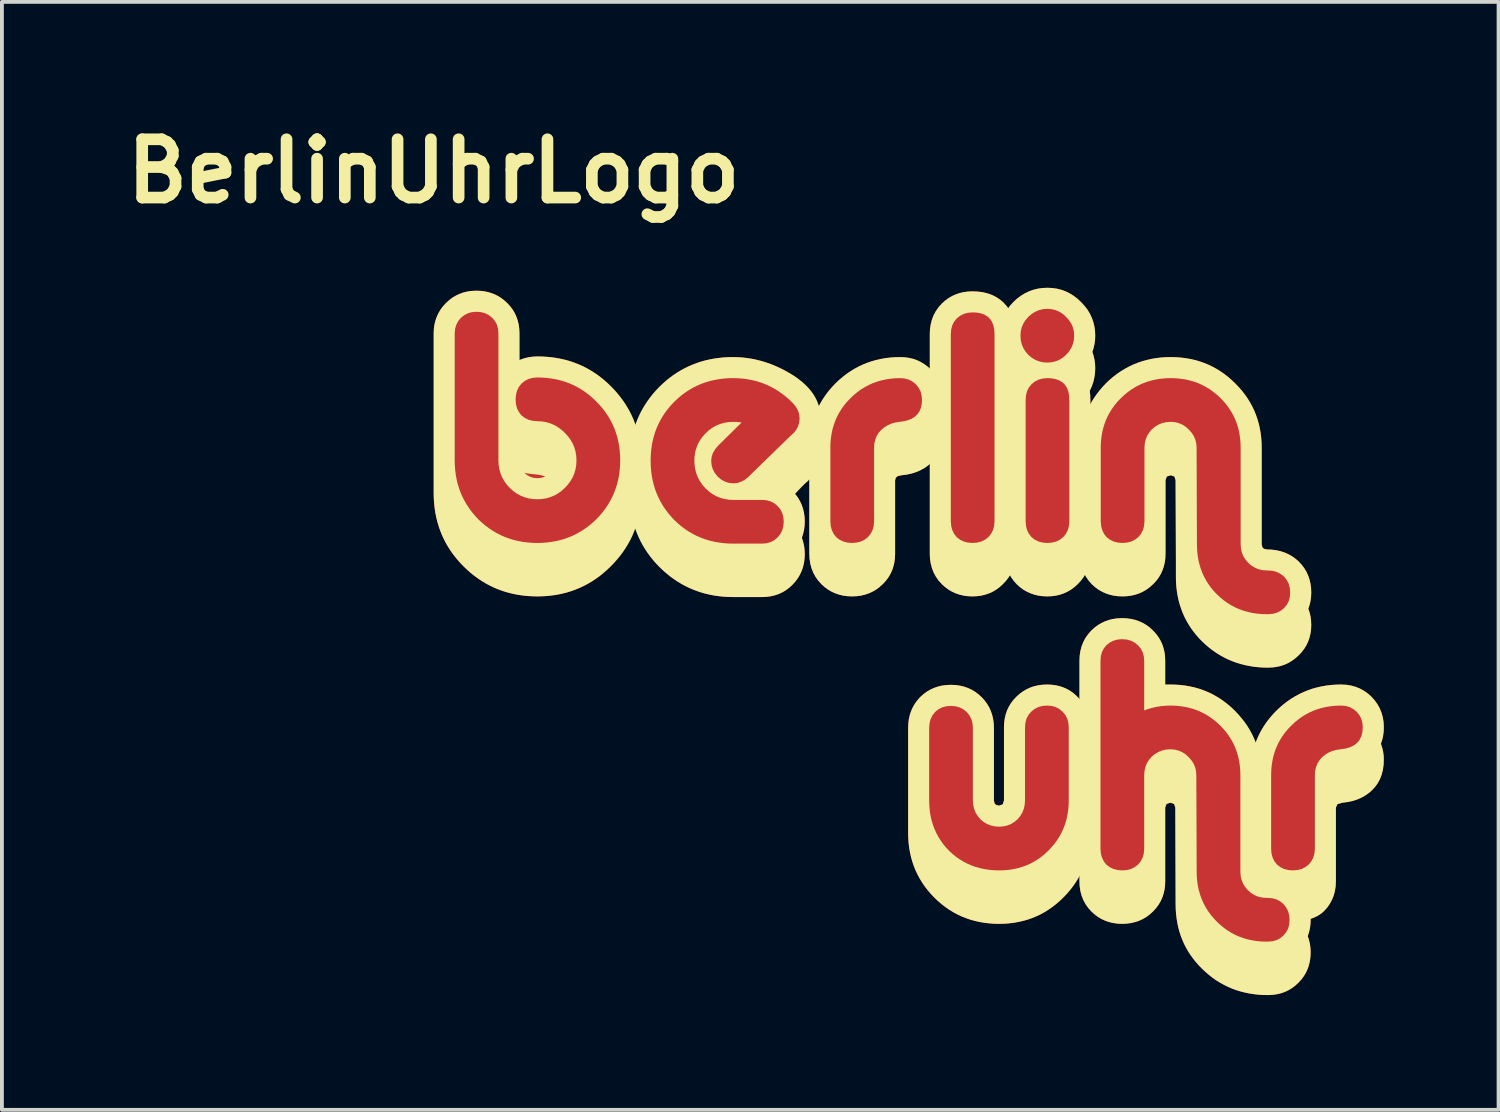
<source format=kicad_pcb>
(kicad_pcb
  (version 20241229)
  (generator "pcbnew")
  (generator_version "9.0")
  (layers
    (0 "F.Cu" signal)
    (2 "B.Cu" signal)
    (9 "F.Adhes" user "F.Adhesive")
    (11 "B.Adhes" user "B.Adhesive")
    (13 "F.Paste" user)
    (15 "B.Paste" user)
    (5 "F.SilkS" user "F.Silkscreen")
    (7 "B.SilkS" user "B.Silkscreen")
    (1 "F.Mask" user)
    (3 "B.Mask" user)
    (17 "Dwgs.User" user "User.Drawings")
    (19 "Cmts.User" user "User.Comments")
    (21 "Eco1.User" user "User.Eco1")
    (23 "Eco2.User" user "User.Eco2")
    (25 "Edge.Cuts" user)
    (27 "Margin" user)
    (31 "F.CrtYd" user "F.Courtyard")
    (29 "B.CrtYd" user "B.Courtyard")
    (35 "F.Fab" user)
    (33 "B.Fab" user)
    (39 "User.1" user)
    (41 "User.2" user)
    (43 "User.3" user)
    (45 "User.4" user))
  (footprint "BerlinUhrLogo"
    (layer "F.Cu")
    (at 8.288 4.474)
    (property "Reference" "BerlinUhrLogo" (at 0 -3.048 0) (layer "F.SilkS") (effects (font (size 1.524 1.524) (thickness 0.305))))
    (attr exclude_from_pos_files exclude_from_bom)
    (fp_poly (pts (xy 24.842 12.337) (xy 24.836 12.476) (xy 24.817 12.606) (xy 24.786 12.728) (xy 24.743 12.842) (xy 24.687 12.947) (xy 24.618 13.044) (xy 24.537 13.133) (xy 24.449 13.21) (xy 24.353 13.277) (xy 24.249 13.335) (xy 24.138 13.382) (xy 24.019 13.419) (xy 23.893 13.446) (xy 23.759 13.463) (xy 23.632 13.499) (xy 23.589 13.59) (xy 23.589 15.512) (xy 23.583 15.646) (xy 23.563 15.774) (xy 23.53 15.895) (xy 23.484 16.008) (xy 23.425 16.115) (xy 23.353 16.215) (xy 23.267 16.308) (xy 23.221 16.349) (xy 23.164 16.389) (xy 23.098 16.428) (xy 23.026 16.463) (xy 22.951 16.492) (xy 22.874 16.514) (xy 22.799 16.526) (xy 22.727 16.527) (xy 22.661 16.515) (xy 22.604 16.488) (xy 22.557 16.444) (xy 22.524 16.381) (xy 22.507 16.298) (xy 22.507 16.192) (xy 22.528 16.062) (xy 22.572 15.906) (xy 22.463 15.856) (xy 22.342 15.816) (xy 22.211 15.785) (xy 22.076 15.759) (xy 21.941 15.738) (xy 21.81 15.718) (xy 21.688 15.697) (xy 21.577 15.674) (xy 21.484 15.646) (xy 21.411 15.611) (xy 21.364 15.567) (xy 21.346 15.512) (xy 21.346 12.743) (xy 21.349 12.612) (xy 21.358 12.483) (xy 21.373 12.356) (xy 21.394 12.233) (xy 21.422 12.112) (xy 21.455 11.994) (xy 21.495 11.879) (xy 21.541 11.767) (xy 21.592 11.657) (xy 21.65 11.551) (xy 21.714 11.447) (xy 21.784 11.345) (xy 21.861 11.247) (xy 21.943 11.151) (xy 22.031 11.059) (xy 22.125 10.97) (xy 22.222 10.888) (xy 22.321 10.812) (xy 22.423 10.742) (xy 22.528 10.678) (xy 22.636 10.62) (xy 22.746 10.568) (xy 22.859 10.522) (xy 22.974 10.482) (xy 23.093 10.449) (xy 23.214 10.422) (xy 23.337 10.4) (xy 23.464 10.385) (xy 23.593 10.376) (xy 23.725 10.373) (xy 23.857 10.379) (xy 23.983 10.399) (xy 24.103 10.432) (xy 24.217 10.478) (xy 24.324 10.537) (xy 24.426 10.609) (xy 24.521 10.694) (xy 24.606 10.79) (xy 24.678 10.891) (xy 24.737 10.998) (xy 24.783 11.112) (xy 24.816 11.232) (xy 24.836 11.358) (xy 24.842 11.49) (xy 24.838 11.606) (xy 24.823 11.717) (xy 24.799 11.822) (xy 24.766 11.922) (xy 24.799 12.021) (xy 24.823 12.123) (xy 24.838 12.229) (xy 24.842 12.337)) (stroke (width 0) (type solid)) (fill yes) (layer "F.Cu"))
    (fp_poly (pts (xy 17.155 14.25) (xy 17.152 14.382) (xy 17.142 14.511) (xy 17.127 14.638) (xy 17.106 14.761) (xy 17.078 14.882) (xy 17.045 15) (xy 17.005 15.115) (xy 16.96 15.227) (xy 16.908 15.337) (xy 16.85 15.443) (xy 16.786 15.547) (xy 16.716 15.648) (xy 16.639 15.747) (xy 16.557 15.843) (xy 16.469 15.935) (xy 16.376 16.025) (xy 16.28 16.108) (xy 16.182 16.185) (xy 16.081 16.256) (xy 15.977 16.321) (xy 15.87 16.38) (xy 15.76 16.432) (xy 15.648 16.478) (xy 15.533 16.519) (xy 15.415 16.552) (xy 15.294 16.58) (xy 15.171 16.602) (xy 15.045 16.617) (xy 14.916 16.627) (xy 14.784 16.63) (xy 14.651 16.627) (xy 14.521 16.617) (xy 14.394 16.602) (xy 14.269 16.581) (xy 14.148 16.553) (xy 14.029 16.52) (xy 13.914 16.48) (xy 13.801 16.435) (xy 13.691 16.383) (xy 13.584 16.325) (xy 13.479 16.261) (xy 13.378 16.191) (xy 13.279 16.114) (xy 13.183 16.032) (xy 13.091 15.944) (xy 13.002 15.851) (xy 12.92 15.755) (xy 12.844 15.657) (xy 12.774 15.555) (xy 12.71 15.451) (xy 12.652 15.344) (xy 12.6 15.234) (xy 12.554 15.121) (xy 12.515 15.005) (xy 12.481 14.886) (xy 12.454 14.765) (xy 12.432 14.641) (xy 12.417 14.513) (xy 12.408 14.383) (xy 12.405 14.25) (xy 12.405 11.507) (xy 12.411 11.373) (xy 12.43 11.245) (xy 12.462 11.123) (xy 12.507 11.008) (xy 12.565 10.9) (xy 12.635 10.798) (xy 12.718 10.703) (xy 12.813 10.618) (xy 12.915 10.545) (xy 13.023 10.486) (xy 13.138 10.44) (xy 13.26 10.407) (xy 13.388 10.388) (xy 13.522 10.381) (xy 13.657 10.388) (xy 13.785 10.407) (xy 13.906 10.44) (xy 14.021 10.486) (xy 14.13 10.545) (xy 14.232 10.618) (xy 14.327 10.703) (xy 14.412 10.798) (xy 14.484 10.9) (xy 14.543 11.008) (xy 14.589 11.123) (xy 14.622 11.245) (xy 14.642 11.373) (xy 14.648 11.507) (xy 14.648 13.404) (xy 14.682 13.505) (xy 14.784 13.539) (xy 14.879 13.505) (xy 14.911 13.404) (xy 14.911 11.49) (xy 14.917 11.356) (xy 14.937 11.228) (xy 14.97 11.108) (xy 15.016 10.994) (xy 15.075 10.887) (xy 15.147 10.787) (xy 15.233 10.694) (xy 15.328 10.609) (xy 15.43 10.537) (xy 15.538 10.478) (xy 15.653 10.432) (xy 15.774 10.399) (xy 15.902 10.379) (xy 16.037 10.373) (xy 16.171 10.379) (xy 16.299 10.399) (xy 16.42 10.432) (xy 16.533 10.478) (xy 16.64 10.537) (xy 16.74 10.609) (xy 16.833 10.694) (xy 16.918 10.787) (xy 16.99 10.887) (xy 17.05 10.994) (xy 17.095 11.108) (xy 17.128 11.228) (xy 17.148 11.356) (xy 17.155 11.49) (xy 17.155 14.25)) (stroke (width 0) (type solid)) (fill yes) (layer "F.Cu"))
    (fp_poly (pts (xy 22.929 17.375) (xy 22.922 17.509) (xy 22.903 17.637) (xy 22.87 17.757) (xy 22.824 17.871) (xy 22.765 17.978) (xy 22.692 18.078) (xy 22.607 18.171) (xy 22.514 18.256) (xy 22.414 18.328) (xy 22.307 18.387) (xy 22.194 18.433) (xy 22.073 18.466) (xy 21.946 18.486) (xy 21.811 18.492) (xy 21.676 18.489) (xy 21.544 18.48) (xy 21.415 18.465) (xy 21.288 18.443) (xy 21.165 18.416) (xy 21.044 18.383) (xy 20.927 18.343) (xy 20.812 18.297) (xy 20.701 18.245) (xy 20.592 18.187) (xy 20.486 18.123) (xy 20.383 18.053) (xy 20.284 17.977) (xy 20.187 17.895) (xy 20.092 17.806) (xy 20.003 17.715) (xy 19.92 17.62) (xy 19.843 17.522) (xy 19.772 17.421) (xy 19.707 17.317) (xy 19.648 17.21) (xy 19.596 17.101) (xy 19.549 16.988) (xy 19.509 16.872) (xy 19.475 16.753) (xy 19.448 16.631) (xy 19.426 16.506) (xy 19.411 16.378) (xy 19.401 16.247) (xy 19.398 16.113) (xy 19.39 13.59) (xy 19.358 13.495) (xy 19.263 13.463) (xy 19.161 13.495) (xy 19.127 13.59) (xy 19.127 15.512) (xy 19.121 15.646) (xy 19.101 15.774) (xy 19.068 15.895) (xy 19.022 16.008) (xy 18.963 16.115) (xy 18.891 16.215) (xy 18.806 16.308) (xy 18.71 16.393) (xy 18.609 16.465) (xy 18.5 16.525) (xy 18.385 16.571) (xy 18.264 16.603) (xy 18.136 16.623) (xy 18.001 16.63) (xy 17.867 16.623) (xy 17.739 16.603) (xy 17.617 16.571) (xy 17.502 16.525) (xy 17.394 16.465) (xy 17.292 16.393) (xy 17.197 16.308) (xy 17.114 16.215) (xy 17.043 16.115) (xy 16.986 16.008) (xy 16.941 15.895) (xy 16.909 15.774) (xy 16.89 15.646) (xy 16.884 15.512) (xy 16.884 9.755) (xy 16.89 9.62) (xy 16.909 9.493) (xy 16.941 9.372) (xy 16.986 9.258) (xy 17.043 9.152) (xy 17.114 9.052) (xy 17.197 8.959) (xy 17.292 8.873) (xy 17.394 8.801) (xy 17.502 8.742) (xy 17.617 8.696) (xy 17.739 8.663) (xy 17.867 8.644) (xy 18.001 8.637) (xy 18.136 8.644) (xy 18.264 8.663) (xy 18.385 8.696) (xy 18.5 8.742) (xy 18.609 8.801) (xy 18.71 8.873) (xy 18.806 8.959) (xy 18.891 9.052) (xy 18.963 9.152) (xy 19.022 9.258) (xy 19.068 9.372) (xy 19.101 9.493) (xy 19.121 9.62) (xy 19.127 9.755) (xy 19.127 10.373) (xy 19.263 10.373) (xy 19.395 10.376) (xy 19.524 10.385) (xy 19.65 10.4) (xy 19.773 10.422) (xy 19.894 10.449) (xy 20.012 10.482) (xy 20.127 10.522) (xy 20.239 10.568) (xy 20.349 10.62) (xy 20.456 10.678) (xy 20.56 10.742) (xy 20.661 10.812) (xy 20.759 10.888) (xy 20.855 10.97) (xy 20.948 11.059) (xy 21.024 11.179) (xy 21.094 11.296) (xy 21.16 11.409) (xy 21.22 11.519) (xy 21.275 11.625) (xy 21.325 11.728) (xy 21.371 11.828) (xy 21.413 11.925) (xy 21.45 12.018) (xy 21.483 12.109) (xy 21.513 12.197) (xy 21.539 12.282) (xy 21.561 12.365) (xy 21.58 12.445) (xy 21.596 12.523) (xy 21.609 12.599) (xy 21.62 12.673) (xy 21.628 12.744) (xy 21.634 12.814) (xy 21.637 12.881) (xy 21.639 12.948) (xy 21.639 13.012) (xy 21.637 13.075) (xy 21.635 13.137) (xy 21.631 13.197) (xy 21.625 13.256) (xy 21.62 13.314) (xy 21.613 13.372) (xy 21.607 13.428) (xy 21.6 13.484) (xy 21.593 13.539) (xy 21.586 13.593) (xy 21.579 13.647) (xy 21.574 13.701) (xy 21.568 13.755) (xy 21.564 13.808) (xy 21.561 13.862) (xy 21.559 13.916) (xy 21.559 13.97) (xy 21.561 14.024) (xy 21.564 14.079) (xy 21.569 14.134) (xy 21.577 14.19) (xy 21.587 14.247) (xy 21.6 14.305) (xy 21.616 14.363) (xy 21.634 14.423) (xy 21.656 14.484) (xy 21.681 14.547) (xy 21.71 14.611) (xy 21.743 14.676) (xy 21.78 14.743) (xy 21.82 14.812) (xy 21.865 14.882) (xy 21.915 14.955) (xy 21.97 15.03) (xy 22.029 15.107) (xy 22.094 15.186) (xy 22.163 15.267) (xy 22.239 15.351) (xy 22.32 15.438) (xy 22.406 15.528) (xy 22.499 15.62) (xy 22.599 15.715) (xy 22.676 15.798) (xy 22.743 15.887) (xy 22.8 15.98) (xy 22.846 16.079) (xy 22.882 16.184) (xy 22.908 16.293) (xy 22.924 16.408) (xy 22.929 16.528) (xy 22.924 16.64) (xy 22.91 16.748) (xy 22.886 16.852) (xy 22.853 16.951) (xy 22.886 17.051) (xy 22.91 17.155) (xy 22.924 17.262) (xy 22.929 17.375)) (stroke (width 0) (type solid)) (fill yes) (layer "F.Cu"))
    (fp_poly (pts (xy 16.044 0.000081) (xy 15.918 0.006) (xy 15.795 0.023) (xy 15.677 0.052) (xy 15.564 0.093) (xy 15.455 0.146) (xy 15.35 0.21) (xy 15.251 0.285) (xy 15.155 0.373) (xy 15.093 0.473) (xy 15.061 0.586) (xy 15.021 0.696) (xy 14.988 0.594) (xy 14.961 0.487) (xy 14.91 0.398) (xy 14.818 0.317) (xy 14.718 0.249) (xy 14.61 0.193) (xy 14.492 0.149) (xy 14.366 0.118) (xy 14.232 0.1) (xy 14.089 0.094) (xy 13.954 0.1) (xy 13.826 0.12) (xy 13.704 0.153) (xy 13.589 0.198) (xy 13.481 0.258) (xy 13.379 0.33) (xy 13.284 0.415) (xy 13.201 0.508) (xy 13.131 0.608) (xy 13.073 0.715) (xy 13.028 0.828) (xy 12.996 0.949) (xy 12.977 1.076) (xy 12.971 1.211) (xy 12.971 2.123) (xy 12.878 2.043) (xy 12.779 1.974) (xy 12.675 1.917) (xy 12.566 1.872) (xy 12.45 1.839) (xy 12.328 1.819) (xy 12.2 1.812) (xy 12.068 1.815) (xy 11.939 1.825) (xy 11.813 1.84) (xy 11.689 1.861) (xy 11.568 1.889) (xy 11.45 1.922) (xy 11.334 1.962) (xy 11.222 2.007) (xy 11.111 2.059) (xy 11.004 2.117) (xy 10.899 2.181) (xy 10.797 2.251) (xy 10.698 2.327) (xy 10.601 2.41) (xy 10.507 2.498) (xy 10.415 2.596) (xy 10.329 2.696) (xy 10.251 2.8) (xy 10.179 2.907) (xy 10.114 3.017) (xy 10.055 3.13) (xy 10.003 3.246) (xy 9.982 3.141) (xy 9.956 3.038) (xy 9.922 2.936) (xy 9.88 2.837) (xy 9.83 2.74) (xy 9.771 2.646) (xy 9.7 2.555) (xy 9.619 2.468) (xy 9.525 2.383) (xy 9.418 2.303) (xy 9.297 2.227) (xy 9.178 2.161) (xy 9.058 2.1) (xy 8.938 2.045) (xy 8.818 1.996) (xy 8.696 1.953) (xy 8.575 1.916) (xy 8.452 1.884) (xy 8.329 1.858) (xy 8.206 1.838) (xy 8.082 1.824) (xy 7.957 1.815) (xy 7.832 1.812) (xy 7.697 1.815) (xy 7.566 1.823) (xy 7.437 1.837) (xy 7.31 1.855) (xy 7.187 1.88) (xy 7.065 1.909) (xy 6.947 1.944) (xy 6.83 1.985) (xy 6.717 2.031) (xy 6.606 2.082) (xy 6.498 2.138) (xy 6.392 2.2) (xy 6.289 2.268) (xy 6.188 2.34) (xy 6.09 2.419) (xy 5.994 2.502) (xy 5.901 2.591) (xy 5.815 2.683) (xy 5.734 2.778) (xy 5.66 2.877) (xy 5.593 2.978) (xy 5.531 3.082) (xy 5.475 3.188) (xy 5.424 3.298) (xy 5.379 3.409) (xy 5.338 3.524) (xy 5.302 3.64) (xy 5.27 3.758) (xy 5.242 3.878) (xy 5.218 4) (xy 5.194 3.881) (xy 5.17 3.763) (xy 5.145 3.644) (xy 5.118 3.527) (xy 5.088 3.411) (xy 5.053 3.297) (xy 5.015 3.185) (xy 4.971 3.076) (xy 4.92 2.97) (xy 4.863 2.867) (xy 4.798 2.768) (xy 4.723 2.673) (xy 4.64 2.582) (xy 4.547 2.492) (xy 4.451 2.408) (xy 4.353 2.329) (xy 4.252 2.255) (xy 4.149 2.187) (xy 4.043 2.125) (xy 3.935 2.068) (xy 3.824 2.016) (xy 3.711 1.97) (xy 3.594 1.929) (xy 3.476 1.893) (xy 3.354 1.863) (xy 3.231 1.839) (xy 3.104 1.82) (xy 2.975 1.806) (xy 2.844 1.798) (xy 2.709 1.795) (xy 2.588 1.801) (xy 2.47 1.819) (xy 2.355 1.848) (xy 2.244 1.888) (xy 2.244 1.194) (xy 2.237 1.059) (xy 2.217 0.932) (xy 2.185 0.811) (xy 2.139 0.698) (xy 2.079 0.591) (xy 2.007 0.491) (xy 1.922 0.398) (xy 1.827 0.313) (xy 1.725 0.24) (xy 1.617 0.181) (xy 1.502 0.136) (xy 1.38 0.103) (xy 1.252 0.083) (xy 1.118 0.077) (xy 0.985 0.083) (xy 0.859 0.103) (xy 0.739 0.136) (xy 0.626 0.181) (xy 0.518 0.24) (xy 0.417 0.313) (xy 0.322 0.398) (xy 0.237 0.493) (xy 0.164 0.594) (xy 0.105 0.702) (xy 0.059 0.815) (xy 0.026 0.935) (xy 0.007 1.061) (xy 0 1.194) (xy 0 5.359) (xy 0.003 5.493) (xy 0.011 5.623) (xy 0.024 5.752) (xy 0.043 5.877) (xy 0.067 6) (xy 0.097 6.121) (xy 0.132 6.239) (xy 0.172 6.355) (xy 0.218 6.468) (xy 0.269 6.578) (xy 0.326 6.686) (xy 0.388 6.792) (xy 0.455 6.895) (xy 0.528 6.995) (xy 0.606 7.093) (xy 0.69 7.189) (xy 0.779 7.282) (xy 0.873 7.372) (xy 0.969 7.456) (xy 1.068 7.535) (xy 1.169 7.609) (xy 1.273 7.677) (xy 1.379 7.739) (xy 1.488 7.797) (xy 1.599 7.848) (xy 1.712 7.895) (xy 1.828 7.935) (xy 1.947 7.971) (xy 2.068 8.001) (xy 2.191 8.025) (xy 2.317 8.044) (xy 2.445 8.058) (xy 2.576 8.066) (xy 2.709 8.069) (xy 2.842 8.066) (xy 2.972 8.058) (xy 3.099 8.044) (xy 3.224 8.025) (xy 3.347 8.001) (xy 3.467 7.971) (xy 3.585 7.935) (xy 3.7 7.895) (xy 3.813 7.848) (xy 3.924 7.797) (xy 4.032 7.739) (xy 4.138 7.677) (xy 4.241 7.609) (xy 4.343 7.535) (xy 4.441 7.456) (xy 4.537 7.372) (xy 4.631 7.282) (xy 4.716 7.191) (xy 4.791 7.095) (xy 4.857 6.996) (xy 4.915 6.893) (xy 4.965 6.787) (xy 5.01 6.679) (xy 5.049 6.568) (xy 5.083 6.455) (xy 5.114 6.34) (xy 5.141 6.224) (xy 5.167 6.107) (xy 5.191 5.99) (xy 5.215 5.872) (xy 5.238 5.996) (xy 5.266 6.118) (xy 5.297 6.237) (xy 5.334 6.355) (xy 5.374 6.471) (xy 5.42 6.584) (xy 5.471 6.694) (xy 5.528 6.802) (xy 5.59 6.907) (xy 5.658 7.01) (xy 5.733 7.109) (xy 5.814 7.205) (xy 5.901 7.298) (xy 5.995 7.388) (xy 6.092 7.473) (xy 6.19 7.552) (xy 6.292 7.625) (xy 6.395 7.693) (xy 6.501 7.756) (xy 6.61 7.813) (xy 6.721 7.865) (xy 6.835 7.911) (xy 6.951 7.952) (xy 7.069 7.988) (xy 7.19 8.018) (xy 7.313 8.042) (xy 7.439 8.061) (xy 7.568 8.075) (xy 7.698 8.083) (xy 7.832 8.086) (xy 8.585 8.086) (xy 8.719 8.079) (xy 8.847 8.06) (xy 8.968 8.027) (xy 9.081 7.981) (xy 9.188 7.922) (xy 9.288 7.849) (xy 9.381 7.764) (xy 9.466 7.669) (xy 9.538 7.567) (xy 9.598 7.459) (xy 9.644 7.344) (xy 9.676 7.222) (xy 9.696 7.094) (xy 9.703 6.96) (xy 9.698 6.851) (xy 9.684 6.744) (xy 9.66 6.639) (xy 9.627 6.537) (xy 9.66 6.434) (xy 9.684 6.329) (xy 9.698 6.222) (xy 9.703 6.113) (xy 9.698 5.995) (xy 9.682 5.881) (xy 9.656 5.772) (xy 9.62 5.668) (xy 9.573 5.569) (xy 9.516 5.475) (xy 9.449 5.385) (xy 9.551 5.279) (xy 9.629 5.197) (xy 9.686 5.139) (xy 9.747 5.054) (xy 9.779 4.956) (xy 9.821 4.863) (xy 9.821 6.952) (xy 9.828 7.086) (xy 9.847 7.214) (xy 9.879 7.334) (xy 9.924 7.448) (xy 9.981 7.555) (xy 10.052 7.654) (xy 10.135 7.747) (xy 10.23 7.833) (xy 10.332 7.905) (xy 10.44 7.964) (xy 10.555 8.01) (xy 10.676 8.043) (xy 10.804 8.062) (xy 10.939 8.069) (xy 11.073 8.062) (xy 11.202 8.043) (xy 11.323 8.01) (xy 11.438 7.964) (xy 11.546 7.905) (xy 11.648 7.833) (xy 11.743 7.747) (xy 11.829 7.654) (xy 11.901 7.555) (xy 11.96 7.448) (xy 12.006 7.334) (xy 12.039 7.214) (xy 12.058 7.086) (xy 12.065 6.952) (xy 12.065 5.029) (xy 12.107 4.938) (xy 12.234 4.903) (xy 12.361 4.886) (xy 12.48 4.859) (xy 12.591 4.823) (xy 12.696 4.778) (xy 12.794 4.723) (xy 12.885 4.661) (xy 12.971 4.59) (xy 12.971 6.952) (xy 12.977 7.086) (xy 12.996 7.214) (xy 13.028 7.334) (xy 13.073 7.448) (xy 13.131 7.555) (xy 13.201 7.654) (xy 13.284 7.747) (xy 13.379 7.833) (xy 13.481 7.905) (xy 13.589 7.964) (xy 13.704 8.01) (xy 13.826 8.043) (xy 13.954 8.062) (xy 14.089 8.069) (xy 14.221 8.062) (xy 14.347 8.043) (xy 14.467 8.01) (xy 14.581 7.964) (xy 14.688 7.905) (xy 14.789 7.833) (xy 14.884 7.747) (xy 14.957 7.651) (xy 15.001 7.54) (xy 15.032 7.423) (xy 15.067 7.308) (xy 15.099 7.423) (xy 15.129 7.54) (xy 15.171 7.651) (xy 15.24 7.747) (xy 15.335 7.833) (xy 15.437 7.905) (xy 15.545 7.964) (xy 15.66 8.01) (xy 15.782 8.043) (xy 15.91 8.062) (xy 16.044 8.069) (xy 16.177 8.062) (xy 16.303 8.043) (xy 16.423 8.01) (xy 16.537 7.964) (xy 16.644 7.905) (xy 16.745 7.833) (xy 16.84 7.747) (xy 16.914 7.649) (xy 16.96 7.536) (xy 16.992 7.416) (xy 17.027 7.297) (xy 17.06 7.416) (xy 17.09 7.536) (xy 17.134 7.649) (xy 17.204 7.747) (xy 17.299 7.833) (xy 17.401 7.905) (xy 17.51 7.964) (xy 17.625 8.01) (xy 17.746 8.043) (xy 17.874 8.062) (xy 18.009 8.069) (xy 18.143 8.062) (xy 18.271 8.043) (xy 18.393 8.01) (xy 18.508 7.964) (xy 18.616 7.905) (xy 18.718 7.833) (xy 18.813 7.747) (xy 18.898 7.654) (xy 18.97 7.555) (xy 19.03 7.448) (xy 19.076 7.334) (xy 19.108 7.214) (xy 19.128 7.086) (xy 19.135 6.952) (xy 19.135 5.029) (xy 19.169 4.934) (xy 19.27 4.903) (xy 19.365 4.934) (xy 19.397 5.029) (xy 19.406 7.155) (xy 19.406 7.553) (xy 19.409 7.688) (xy 19.418 7.82) (xy 19.433 7.948) (xy 19.455 8.074) (xy 19.483 8.197) (xy 19.517 8.317) (xy 19.557 8.433) (xy 19.603 8.547) (xy 19.656 8.657) (xy 19.714 8.764) (xy 19.779 8.868) (xy 19.85 8.969) (xy 19.927 9.067) (xy 20.011 9.162) (xy 20.1 9.254) (xy 20.194 9.342) (xy 20.291 9.423) (xy 20.391 9.498) (xy 20.494 9.567) (xy 20.6 9.631) (xy 20.708 9.688) (xy 20.82 9.739) (xy 20.934 9.784) (xy 21.052 9.823) (xy 21.172 9.856) (xy 21.296 9.884) (xy 21.422 9.905) (xy 21.551 9.92) (xy 21.683 9.929) (xy 21.818 9.932) (xy 21.951 9.925) (xy 22.077 9.905) (xy 22.197 9.873) (xy 22.311 9.827) (xy 22.418 9.767) (xy 22.52 9.695) (xy 22.615 9.61) (xy 22.702 9.517) (xy 22.776 9.417) (xy 22.837 9.31) (xy 22.884 9.197) (xy 22.918 9.076) (xy 22.938 8.948) (xy 22.945 8.814) (xy 22.94 8.702) (xy 22.926 8.594) (xy 22.902 8.49) (xy 22.868 8.391) (xy 22.902 8.291) (xy 22.926 8.188) (xy 22.94 8.08) (xy 22.945 7.968) (xy 22.94 7.847) (xy 22.924 7.733) (xy 22.898 7.623) (xy 22.862 7.519) (xy 22.816 7.42) (xy 22.759 7.326) (xy 22.692 7.238) (xy 22.615 7.155) (xy 22.529 7.081) (xy 22.439 7.018) (xy 22.343 6.964) (xy 22.242 6.92) (xy 22.136 6.886) (xy 22.024 6.861) (xy 21.907 6.846) (xy 21.785 6.842) (xy 21.683 6.807) (xy 21.649 6.706) (xy 21.649 4.183) (xy 21.646 4.051) (xy 21.637 3.922) (xy 21.622 3.796) (xy 21.6 3.672) (xy 21.572 3.552) (xy 21.538 3.434) (xy 21.498 3.319) (xy 21.452 3.206) (xy 21.399 3.097) (xy 21.341 2.99) (xy 21.276 2.886) (xy 21.205 2.785) (xy 21.128 2.687) (xy 21.044 2.591) (xy 20.955 2.498) (xy 20.862 2.41) (xy 20.766 2.327) (xy 20.668 2.251) (xy 20.567 2.181) (xy 20.463 2.117) (xy 20.356 2.059) (xy 20.247 2.007) (xy 20.134 1.962) (xy 20.019 1.922) (xy 19.901 1.889) (xy 19.781 1.861) (xy 19.657 1.84) (xy 19.531 1.825) (xy 19.402 1.815) (xy 19.27 1.812) (xy 19.138 1.815) (xy 19.009 1.825) (xy 18.883 1.84) (xy 18.759 1.861) (xy 18.638 1.889) (xy 18.52 1.922) (xy 18.404 1.962) (xy 18.291 2.007) (xy 18.181 2.059) (xy 18.073 2.117) (xy 17.969 2.181) (xy 17.867 2.251) (xy 17.767 2.327) (xy 17.671 2.41) (xy 17.577 2.498) (xy 17.495 2.592) (xy 17.429 2.694) (xy 17.376 2.801) (xy 17.332 2.912) (xy 17.296 3.027) (xy 17.265 3.145) (xy 17.235 3.262) (xy 17.205 3.38) (xy 17.171 3.496) (xy 17.171 2.93) (xy 17.166 2.807) (xy 17.154 2.692) (xy 17.205 2.582) (xy 17.246 2.468) (xy 17.274 2.349) (xy 17.291 2.227) (xy 17.297 2.1) (xy 17.292 1.991) (xy 17.278 1.884) (xy 17.255 1.779) (xy 17.221 1.676) (xy 17.255 1.574) (xy 17.278 1.469) (xy 17.292 1.362) (xy 17.297 1.253) (xy 17.291 1.126) (xy 17.274 1.004) (xy 17.245 0.887) (xy 17.204 0.775) (xy 17.152 0.667) (xy 17.088 0.564) (xy 17.012 0.466) (xy 16.925 0.373) (xy 16.832 0.285) (xy 16.734 0.21) (xy 16.631 0.146) (xy 16.523 0.093) (xy 16.41 0.052) (xy 16.293 0.023) (xy 16.171 0.006) (xy 16.045 0.000061) (xy 16.044 0.000081)) (stroke (width 0) (type solid)) (fill yes) (layer "F.Cu"))
    (fp_poly (pts (xy 2.921 4.936) (xy 2.85 4.911) (xy 2.759 4.891) (xy 2.65 4.877) (xy 2.529 4.865) (xy 2.436 4.85) (xy 2.371 4.834) (xy 2.469 4.914) (xy 2.581 4.962) (xy 2.709 4.978) (xy 2.817 4.968) (xy 2.921 4.936)) (stroke (width 0) (type solid)) (fill yes) (layer "F.Mask"))
    (fp_poly (pts (xy 14.664 6.104) (xy 14.664 1.211) (xy 14.655 1.078) (xy 14.628 0.963) (xy 14.583 0.865) (xy 14.52 0.785) (xy 14.439 0.723) (xy 14.34 0.679) (xy 14.224 0.652) (xy 14.089 0.643) (xy 13.967 0.654) (xy 13.858 0.684) (xy 13.76 0.734) (xy 13.674 0.804) (xy 13.607 0.887) (xy 13.559 0.982) (xy 13.531 1.09) (xy 13.521 1.211) (xy 13.521 6.104) (xy 13.531 6.226) (xy 13.559 6.335) (xy 13.607 6.433) (xy 13.674 6.519) (xy 13.76 6.586) (xy 13.858 6.634) (xy 13.967 6.662) (xy 14.089 6.672) (xy 14.21 6.662) (xy 14.319 6.634) (xy 14.417 6.586) (xy 14.503 6.519) (xy 14.574 6.433) (xy 14.624 6.335) (xy 14.654 6.226) (xy 14.664 6.104)) (stroke (width 0) (type solid)) (fill yes) (layer "F.Mask"))
    (fp_poly (pts (xy 16.62 6.104) (xy 16.62 2.929) (xy 16.611 2.797) (xy 16.584 2.681) (xy 16.539 2.584) (xy 16.476 2.504) (xy 16.395 2.442) (xy 16.296 2.398) (xy 16.179 2.371) (xy 16.044 2.362) (xy 15.923 2.372) (xy 15.814 2.402) (xy 15.716 2.453) (xy 15.63 2.523) (xy 15.563 2.606) (xy 15.515 2.701) (xy 15.487 2.809) (xy 15.477 2.929) (xy 15.477 6.104) (xy 15.487 6.226) (xy 15.515 6.335) (xy 15.563 6.433) (xy 15.63 6.519) (xy 15.716 6.586) (xy 15.814 6.634) (xy 15.923 6.662) (xy 16.044 6.672) (xy 16.166 6.662) (xy 16.275 6.634) (xy 16.373 6.586) (xy 16.459 6.519) (xy 16.53 6.433) (xy 16.58 6.335) (xy 16.61 6.226) (xy 16.62 6.104)) (stroke (width 0) (type solid)) (fill yes) (layer "F.Mask"))
    (fp_poly (pts (xy 16.747 1.253) (xy 16.739 1.141) (xy 16.713 1.036) (xy 16.671 0.938) (xy 16.612 0.847) (xy 16.535 0.762) (xy 16.451 0.686) (xy 16.359 0.627) (xy 16.261 0.584) (xy 16.156 0.559) (xy 16.044 0.55) (xy 15.932 0.559) (xy 15.826 0.584) (xy 15.726 0.627) (xy 15.633 0.686) (xy 15.545 0.762) (xy 15.472 0.847) (xy 15.415 0.938) (xy 15.374 1.036) (xy 15.35 1.141) (xy 15.342 1.253) (xy 15.35 1.365) (xy 15.374 1.471) (xy 15.415 1.571) (xy 15.472 1.665) (xy 15.545 1.753) (xy 15.633 1.826) (xy 15.726 1.883) (xy 15.826 1.923) (xy 15.932 1.948) (xy 16.044 1.956) (xy 16.156 1.948) (xy 16.261 1.923) (xy 16.359 1.883) (xy 16.451 1.826) (xy 16.535 1.753) (xy 16.612 1.665) (xy 16.671 1.571) (xy 16.713 1.471) (xy 16.739 1.365) (xy 16.747 1.253)) (stroke (width 0) (type solid)) (fill yes) (layer "F.Mask"))
    (fp_poly (pts (xy 12.768 2.929) (xy 12.758 2.812) (xy 12.728 2.705) (xy 12.677 2.609) (xy 12.607 2.523) (xy 12.521 2.453) (xy 12.425 2.402) (xy 12.318 2.372) (xy 12.201 2.362) (xy 12.072 2.366) (xy 11.948 2.377) (xy 11.827 2.395) (xy 11.709 2.421) (xy 11.596 2.453) (xy 11.485 2.493) (xy 11.378 2.541) (xy 11.275 2.596) (xy 11.175 2.657) (xy 11.079 2.727) (xy 10.986 2.803) (xy 10.897 2.887) (xy 10.813 2.975) (xy 10.736 3.067) (xy 10.667 3.162) (xy 10.605 3.261) (xy 10.55 3.363) (xy 10.503 3.469) (xy 10.463 3.579) (xy 10.43 3.692) (xy 10.405 3.809) (xy 10.386 3.93) (xy 10.375 4.055) (xy 10.372 4.183) (xy 10.372 6.104) (xy 10.381 6.226) (xy 10.41 6.335) (xy 10.457 6.433) (xy 10.524 6.519) (xy 10.61 6.586) (xy 10.708 6.634) (xy 10.818 6.662) (xy 10.939 6.672) (xy 11.06 6.662) (xy 11.17 6.634) (xy 11.268 6.586) (xy 11.354 6.519) (xy 11.424 6.433) (xy 11.475 6.335) (xy 11.505 6.226) (xy 11.515 6.104) (xy 11.515 4.183) (xy 11.522 4.072) (xy 11.545 3.97) (xy 11.582 3.877) (xy 11.634 3.792) (xy 11.701 3.717) (xy 11.783 3.649) (xy 11.872 3.594) (xy 11.968 3.551) (xy 12.072 3.522) (xy 12.184 3.505) (xy 12.321 3.485) (xy 12.439 3.45) (xy 12.54 3.4) (xy 12.622 3.336) (xy 12.686 3.256) (xy 12.731 3.162) (xy 12.759 3.053) (xy 12.768 2.929)) (stroke (width 0) (type solid)) (fill yes) (layer "F.Mask"))
    (fp_poly (pts (xy 24.292 11.49) (xy 24.282 11.373) (xy 24.252 11.266) (xy 24.201 11.17) (xy 24.131 11.084) (xy 24.045 11.014) (xy 23.949 10.963) (xy 23.842 10.933) (xy 23.725 10.923) (xy 23.597 10.927) (xy 23.472 10.938) (xy 23.351 10.956) (xy 23.234 10.981) (xy 23.12 11.014) (xy 23.009 11.054) (xy 22.902 11.102) (xy 22.799 11.156) (xy 22.699 11.218) (xy 22.603 11.288) (xy 22.51 11.364) (xy 22.421 11.448) (xy 22.337 11.536) (xy 22.26 11.627) (xy 22.191 11.723) (xy 22.129 11.821) (xy 22.075 11.924) (xy 22.027 12.03) (xy 21.987 12.14) (xy 21.954 12.253) (xy 21.929 12.37) (xy 21.91 12.491) (xy 21.9 12.615) (xy 21.896 12.743) (xy 21.896 14.665) (xy 21.905 14.787) (xy 21.934 14.896) (xy 21.982 14.994) (xy 22.048 15.08) (xy 22.135 15.147) (xy 22.232 15.195) (xy 22.342 15.223) (xy 22.463 15.233) (xy 22.584 15.223) (xy 22.694 15.195) (xy 22.792 15.147) (xy 22.878 15.08) (xy 22.948 14.994) (xy 22.999 14.896) (xy 23.029 14.787) (xy 23.039 14.665) (xy 23.039 12.743) (xy 23.046 12.633) (xy 23.069 12.531) (xy 23.106 12.438) (xy 23.158 12.353) (xy 23.225 12.278) (xy 23.307 12.21) (xy 23.396 12.154) (xy 23.492 12.112) (xy 23.596 12.083) (xy 23.708 12.066) (xy 23.845 12.046) (xy 23.963 12.011) (xy 24.064 11.961) (xy 24.146 11.897) (xy 24.21 11.817) (xy 24.255 11.723) (xy 24.283 11.614) (xy 24.292 11.49)) (stroke (width 0) (type solid)) (fill yes) (layer "F.Mask"))
    (fp_poly (pts (xy 16.604 13.404) (xy 16.604 11.49) (xy 16.594 11.37) (xy 16.564 11.262) (xy 16.514 11.166) (xy 16.443 11.084) (xy 16.361 11.014) (xy 16.266 10.963) (xy 16.158 10.933) (xy 16.037 10.923) (xy 15.916 10.933) (xy 15.806 10.963) (xy 15.708 11.014) (xy 15.622 11.084) (xy 15.552 11.166) (xy 15.501 11.262) (xy 15.471 11.37) (xy 15.461 11.49) (xy 15.461 13.404) (xy 15.453 13.516) (xy 15.43 13.621) (xy 15.391 13.719) (xy 15.337 13.81) (xy 15.267 13.895) (xy 15.185 13.965) (xy 15.096 14.019) (xy 14.999 14.058) (xy 14.895 14.082) (xy 14.784 14.09) (xy 14.672 14.082) (xy 14.567 14.058) (xy 14.469 14.019) (xy 14.378 13.965) (xy 14.293 13.895) (xy 14.223 13.81) (xy 14.168 13.719) (xy 14.129 13.621) (xy 14.106 13.516) (xy 14.098 13.404) (xy 14.098 11.507) (xy 14.088 11.386) (xy 14.058 11.277) (xy 14.008 11.179) (xy 13.937 11.092) (xy 13.851 11.022) (xy 13.753 10.972) (xy 13.644 10.942) (xy 13.522 10.932) (xy 13.401 10.942) (xy 13.292 10.972) (xy 13.194 11.022) (xy 13.108 11.092) (xy 13.041 11.179) (xy 12.993 11.277) (xy 12.965 11.386) (xy 12.955 11.507) (xy 12.955 13.404) (xy 12.959 13.533) (xy 12.969 13.659) (xy 12.987 13.781) (xy 13.012 13.9) (xy 13.045 14.014) (xy 13.084 14.126) (xy 13.131 14.233) (xy 13.185 14.337) (xy 13.246 14.437) (xy 13.314 14.534) (xy 13.389 14.627) (xy 13.472 14.716) (xy 13.561 14.799) (xy 13.654 14.874) (xy 13.75 14.942) (xy 13.851 15.003) (xy 13.955 15.057) (xy 14.062 15.103) (xy 14.173 15.143) (xy 14.288 15.175) (xy 14.407 15.2) (xy 14.529 15.218) (xy 14.654 15.229) (xy 14.784 15.233) (xy 14.912 15.229) (xy 15.036 15.218) (xy 15.157 15.2) (xy 15.274 15.174) (xy 15.387 15.141) (xy 15.497 15.101) (xy 15.603 15.054) (xy 15.706 14.999) (xy 15.805 14.937) (xy 15.9 14.868) (xy 15.991 14.792) (xy 16.079 14.708) (xy 16.163 14.618) (xy 16.24 14.526) (xy 16.309 14.429) (xy 16.371 14.329) (xy 16.426 14.226) (xy 16.473 14.119) (xy 16.513 14.009) (xy 16.546 13.895) (xy 16.571 13.777) (xy 16.59 13.656) (xy 16.601 13.532) (xy 16.604 13.404)) (stroke (width 0) (type solid)) (fill yes) (layer "F.Mask"))
    (fp_poly (pts (xy 22.378 16.528) (xy 22.368 16.407) (xy 22.338 16.297) (xy 22.288 16.199) (xy 22.218 16.113) (xy 22.135 16.043) (xy 22.04 15.992) (xy 21.932 15.962) (xy 21.811 15.952) (xy 21.777 15.952) (xy 21.666 15.944) (xy 21.561 15.92) (xy 21.462 15.879) (xy 21.371 15.822) (xy 21.286 15.749) (xy 21.216 15.667) (xy 21.162 15.578) (xy 21.123 15.482) (xy 21.099 15.378) (xy 21.092 15.266) (xy 21.092 12.743) (xy 21.088 12.615) (xy 21.077 12.491) (xy 21.059 12.37) (xy 21.033 12.253) (xy 21 12.14) (xy 20.96 12.03) (xy 20.913 11.924) (xy 20.858 11.821) (xy 20.796 11.723) (xy 20.727 11.627) (xy 20.65 11.536) (xy 20.567 11.448) (xy 20.477 11.364) (xy 20.385 11.288) (xy 20.288 11.218) (xy 20.188 11.156) (xy 20.085 11.102) (xy 19.978 11.054) (xy 19.868 11.014) (xy 19.754 10.981) (xy 19.636 10.956) (xy 19.515 10.938) (xy 19.391 10.927) (xy 19.263 10.923) (xy 19.143 10.927) (xy 19.025 10.937) (xy 18.909 10.955) (xy 18.796 10.98) (xy 18.685 11.011) (xy 18.577 11.05) (xy 18.577 9.755) (xy 18.567 9.634) (xy 18.537 9.526) (xy 18.486 9.431) (xy 18.416 9.348) (xy 18.33 9.278) (xy 18.232 9.228) (xy 18.122 9.197) (xy 18.001 9.187) (xy 17.88 9.197) (xy 17.771 9.228) (xy 17.673 9.278) (xy 17.586 9.348) (xy 17.52 9.431) (xy 17.472 9.526) (xy 17.443 9.634) (xy 17.434 9.755) (xy 17.434 14.665) (xy 17.443 14.787) (xy 17.472 14.896) (xy 17.52 14.994) (xy 17.586 15.08) (xy 17.673 15.147) (xy 17.771 15.195) (xy 17.88 15.223) (xy 18.001 15.233) (xy 18.122 15.223) (xy 18.232 15.195) (xy 18.33 15.147) (xy 18.416 15.08) (xy 18.486 14.994) (xy 18.537 14.896) (xy 18.567 14.787) (xy 18.577 14.665) (xy 18.577 12.743) (xy 18.585 12.632) (xy 18.608 12.528) (xy 18.647 12.431) (xy 18.702 12.342) (xy 18.772 12.261) (xy 18.856 12.191) (xy 18.948 12.136) (xy 19.046 12.097) (xy 19.151 12.074) (xy 19.263 12.066) (xy 19.371 12.074) (xy 19.473 12.099) (xy 19.568 12.139) (xy 19.656 12.196) (xy 19.737 12.269) (xy 19.81 12.351) (xy 19.867 12.439) (xy 19.908 12.533) (xy 19.932 12.635) (xy 19.94 12.743) (xy 19.949 15.266) (xy 19.952 15.395) (xy 19.963 15.519) (xy 19.981 15.64) (xy 20.007 15.758) (xy 20.04 15.871) (xy 20.08 15.982) (xy 20.127 16.089) (xy 20.182 16.192) (xy 20.244 16.292) (xy 20.313 16.388) (xy 20.39 16.481) (xy 20.473 16.57) (xy 20.563 16.654) (xy 20.656 16.731) (xy 20.752 16.8) (xy 20.852 16.862) (xy 20.955 16.917) (xy 21.062 16.964) (xy 21.172 17.004) (xy 21.286 17.037) (xy 21.404 17.062) (xy 21.525 17.081) (xy 21.649 17.092) (xy 21.777 17.095) (xy 21.811 17.095) (xy 21.932 17.085) (xy 22.04 17.055) (xy 22.135 17.005) (xy 22.218 16.934) (xy 22.288 16.852) (xy 22.338 16.757) (xy 22.368 16.649) (xy 22.378 16.528)) (stroke (width 0) (type solid)) (fill yes) (layer "F.Mask"))
    (fp_poly (pts (xy 22.394 7.967) (xy 22.384 7.846) (xy 22.354 7.736) (xy 22.304 7.639) (xy 22.234 7.552) (xy 22.147 7.482) (xy 22.049 7.432) (xy 21.94 7.401) (xy 21.819 7.391) (xy 21.785 7.391) (xy 21.673 7.383) (xy 21.568 7.359) (xy 21.47 7.318) (xy 21.378 7.261) (xy 21.294 7.188) (xy 21.224 7.107) (xy 21.169 7.018) (xy 21.13 6.921) (xy 21.107 6.817) (xy 21.099 6.706) (xy 21.099 4.183) (xy 21.095 4.055) (xy 21.084 3.93) (xy 21.066 3.809) (xy 21.041 3.692) (xy 21.008 3.579) (xy 20.968 3.469) (xy 20.92 3.363) (xy 20.866 3.261) (xy 20.804 3.162) (xy 20.734 3.067) (xy 20.658 2.975) (xy 20.574 2.887) (xy 20.485 2.803) (xy 20.392 2.727) (xy 20.296 2.657) (xy 20.196 2.596) (xy 20.092 2.541) (xy 19.986 2.493) (xy 19.875 2.453) (xy 19.761 2.421) (xy 19.644 2.395) (xy 19.523 2.377) (xy 19.398 2.366) (xy 19.27 2.362) (xy 19.142 2.366) (xy 19.018 2.377) (xy 18.897 2.395) (xy 18.779 2.421) (xy 18.665 2.453) (xy 18.555 2.493) (xy 18.448 2.541) (xy 18.344 2.596) (xy 18.245 2.657) (xy 18.148 2.727) (xy 18.056 2.803) (xy 17.966 2.887) (xy 17.882 2.975) (xy 17.806 3.067) (xy 17.737 3.162) (xy 17.675 3.261) (xy 17.62 3.363) (xy 17.573 3.469) (xy 17.532 3.579) (xy 17.5 3.692) (xy 17.474 3.809) (xy 17.456 3.93) (xy 17.445 4.055) (xy 17.441 4.183) (xy 17.441 6.104) (xy 17.451 6.226) (xy 17.479 6.335) (xy 17.527 6.433) (xy 17.594 6.519) (xy 17.68 6.586) (xy 17.778 6.634) (xy 17.887 6.662) (xy 18.009 6.672) (xy 18.13 6.662) (xy 18.239 6.634) (xy 18.337 6.586) (xy 18.423 6.519) (xy 18.494 6.433) (xy 18.544 6.335) (xy 18.574 6.226) (xy 18.584 6.104) (xy 18.584 4.183) (xy 18.592 4.071) (xy 18.616 3.967) (xy 18.654 3.871) (xy 18.709 3.782) (xy 18.779 3.7) (xy 18.864 3.63) (xy 18.955 3.575) (xy 19.053 3.536) (xy 19.158 3.513) (xy 19.27 3.505) (xy 19.379 3.513) (xy 19.48 3.538) (xy 19.575 3.578) (xy 19.663 3.635) (xy 19.744 3.708) (xy 19.817 3.79) (xy 19.874 3.878) (xy 19.915 3.973) (xy 19.939 4.074) (xy 19.947 4.183) (xy 19.956 6.706) (xy 19.96 6.835) (xy 19.97 6.961) (xy 19.988 7.082) (xy 20.013 7.2) (xy 20.046 7.315) (xy 20.085 7.425) (xy 20.132 7.532) (xy 20.186 7.635) (xy 20.247 7.734) (xy 20.315 7.83) (xy 20.39 7.922) (xy 20.472 8.009) (xy 20.562 8.093) (xy 20.655 8.17) (xy 20.751 8.239) (xy 20.852 8.301) (xy 20.955 8.356) (xy 21.063 8.403) (xy 21.174 8.443) (xy 21.289 8.476) (xy 21.408 8.502) (xy 21.53 8.52) (xy 21.655 8.531) (xy 21.785 8.534) (xy 21.819 8.534) (xy 21.94 8.524) (xy 22.049 8.494) (xy 22.147 8.444) (xy 22.234 8.374) (xy 22.304 8.291) (xy 22.354 8.196) (xy 22.384 8.088) (xy 22.394 7.967) (xy 22.394 7.967)) (stroke (width 0) (type solid)) (fill yes) (layer "F.Mask"))
    (fp_poly (pts (xy 9.567 3.412) (xy 9.557 3.308) (xy 9.525 3.209) (xy 9.472 3.114) (xy 9.398 3.023) (xy 9.305 2.932) (xy 9.209 2.847) (xy 9.109 2.77) (xy 9.008 2.699) (xy 8.903 2.635) (xy 8.795 2.578) (xy 8.685 2.527) (xy 8.571 2.483) (xy 8.455 2.446) (xy 8.336 2.416) (xy 8.214 2.393) (xy 8.09 2.376) (xy 7.962 2.366) (xy 7.832 2.362) (xy 7.701 2.365) (xy 7.574 2.375) (xy 7.45 2.391) (xy 7.329 2.413) (xy 7.211 2.441) (xy 7.097 2.476) (xy 6.985 2.517) (xy 6.877 2.564) (xy 6.771 2.618) (xy 6.669 2.678) (xy 6.57 2.744) (xy 6.474 2.816) (xy 6.381 2.895) (xy 6.291 2.98) (xy 6.206 3.07) (xy 6.127 3.163) (xy 6.054 3.259) (xy 5.988 3.358) (xy 5.928 3.461) (xy 5.875 3.566) (xy 5.827 3.675) (xy 5.786 3.786) (xy 5.752 3.901) (xy 5.723 4.019) (xy 5.701 4.14) (xy 5.685 4.264) (xy 5.676 4.391) (xy 5.673 4.521) (xy 5.676 4.652) (xy 5.685 4.779) (xy 5.701 4.903) (xy 5.723 5.024) (xy 5.752 5.143) (xy 5.786 5.258) (xy 5.827 5.37) (xy 5.875 5.479) (xy 5.928 5.585) (xy 5.988 5.688) (xy 6.054 5.788) (xy 6.127 5.886) (xy 6.206 5.98) (xy 6.291 6.071) (xy 6.381 6.156) (xy 6.474 6.235) (xy 6.57 6.307) (xy 6.669 6.373) (xy 6.771 6.433) (xy 6.877 6.487) (xy 6.985 6.534) (xy 7.097 6.575) (xy 7.211 6.61) (xy 7.329 6.638) (xy 7.45 6.66) (xy 7.574 6.676) (xy 7.701 6.686) (xy 7.832 6.689) (xy 8.585 6.689) (xy 8.706 6.679) (xy 8.814 6.648) (xy 8.909 6.598) (xy 8.992 6.528) (xy 9.062 6.442) (xy 9.112 6.344) (xy 9.142 6.234) (xy 9.153 6.113) (xy 9.142 5.992) (xy 9.112 5.884) (xy 9.062 5.789) (xy 8.992 5.707) (xy 8.909 5.636) (xy 8.814 5.586) (xy 8.706 5.556) (xy 8.585 5.546) (xy 7.832 5.546) (xy 7.713 5.54) (xy 7.6 5.521) (xy 7.492 5.491) (xy 7.389 5.449) (xy 7.292 5.394) (xy 7.199 5.328) (xy 7.112 5.249) (xy 7.033 5.16) (xy 6.967 5.065) (xy 6.912 4.966) (xy 6.87 4.862) (xy 6.84 4.753) (xy 6.822 4.64) (xy 6.816 4.521) (xy 6.822 4.403) (xy 6.84 4.29) (xy 6.87 4.182) (xy 6.912 4.079) (xy 6.967 3.981) (xy 7.033 3.889) (xy 7.112 3.802) (xy 7.199 3.723) (xy 7.292 3.656) (xy 7.389 3.602) (xy 7.492 3.56) (xy 7.6 3.529) (xy 7.713 3.511) (xy 7.832 3.505) (xy 7.942 3.509) (xy 8.052 3.522) (xy 7.442 4.123) (xy 7.361 4.218) (xy 7.303 4.316) (xy 7.268 4.417) (xy 7.256 4.521) (xy 7.267 4.636) (xy 7.298 4.743) (xy 7.351 4.843) (xy 7.425 4.936) (xy 7.518 5.014) (xy 7.618 5.069) (xy 7.725 5.103) (xy 7.84 5.114) (xy 7.944 5.103) (xy 8.046 5.069) (xy 8.143 5.014) (xy 8.238 4.936) (xy 9.322 3.878) (xy 9.41 3.8) (xy 9.479 3.714) (xy 9.528 3.621) (xy 9.558 3.52) (xy 9.567 3.412)) (stroke (width 0) (type solid)) (fill yes) (layer "F.Mask"))
    (fp_poly (pts (xy 4.877 4.513) (xy 4.874 4.382) (xy 4.864 4.255) (xy 4.848 4.131) (xy 4.826 4.01) (xy 4.797 3.892) (xy 4.762 3.778) (xy 4.72 3.666) (xy 4.672 3.558) (xy 4.618 3.452) (xy 4.557 3.35) (xy 4.49 3.251) (xy 4.417 3.155) (xy 4.337 3.062) (xy 4.25 2.972) (xy 4.16 2.885) (xy 4.068 2.806) (xy 3.971 2.732) (xy 3.872 2.665) (xy 3.77 2.604) (xy 3.665 2.55) (xy 3.556 2.502) (xy 3.444 2.46) (xy 3.33 2.425) (xy 3.212 2.396) (xy 3.091 2.374) (xy 2.967 2.358) (xy 2.84 2.348) (xy 2.709 2.345) (xy 2.588 2.355) (xy 2.479 2.385) (xy 2.381 2.436) (xy 2.295 2.506) (xy 2.228 2.592) (xy 2.18 2.69) (xy 2.152 2.8) (xy 2.142 2.921) (xy 2.152 3.042) (xy 2.18 3.152) (xy 2.228 3.25) (xy 2.295 3.336) (xy 2.381 3.403) (xy 2.479 3.45) (xy 2.588 3.479) (xy 2.709 3.488) (xy 2.828 3.494) (xy 2.941 3.513) (xy 3.049 3.544) (xy 3.152 3.588) (xy 3.249 3.644) (xy 3.342 3.712) (xy 3.429 3.793) (xy 3.51 3.88) (xy 3.578 3.973) (xy 3.634 4.07) (xy 3.678 4.173) (xy 3.709 4.281) (xy 3.728 4.394) (xy 3.734 4.513) (xy 3.728 4.631) (xy 3.709 4.744) (xy 3.678 4.852) (xy 3.634 4.955) (xy 3.578 5.053) (xy 3.51 5.145) (xy 3.429 5.232) (xy 3.342 5.311) (xy 3.249 5.378) (xy 3.152 5.432) (xy 3.049 5.474) (xy 2.941 5.505) (xy 2.828 5.523) (xy 2.709 5.529) (xy 2.591 5.523) (xy 2.478 5.505) (xy 2.37 5.474) (xy 2.267 5.432) (xy 2.169 5.378) (xy 2.077 5.311) (xy 1.99 5.232) (xy 1.911 5.145) (xy 1.845 5.053) (xy 1.79 4.955) (xy 1.748 4.852) (xy 1.718 4.744) (xy 1.699 4.631) (xy 1.693 4.513) (xy 1.693 1.194) (xy 1.683 1.073) (xy 1.653 0.965) (xy 1.603 0.87) (xy 1.533 0.787) (xy 1.446 0.717) (xy 1.348 0.667) (xy 1.239 0.637) (xy 1.118 0.627) (xy 1 0.637) (xy 0.893 0.667) (xy 0.797 0.717) (xy 0.711 0.787) (xy 0.641 0.873) (xy 0.591 0.969) (xy 0.56 1.076) (xy 0.55 1.194) (xy 0.55 4.513) (xy 0.554 4.642) (xy 0.563 4.768) (xy 0.579 4.891) (xy 0.601 5.012) (xy 0.629 5.129) (xy 0.664 5.244) (xy 0.705 5.355) (xy 0.752 5.464) (xy 0.806 5.569) (xy 0.866 5.672) (xy 0.932 5.772) (xy 1.004 5.869) (xy 1.083 5.963) (xy 1.168 6.054) (xy 1.259 6.139) (xy 1.353 6.218) (xy 1.45 6.29) (xy 1.55 6.356) (xy 1.653 6.416) (xy 1.758 6.47) (xy 1.867 6.517) (xy 1.979 6.558) (xy 2.093 6.593) (xy 2.21 6.621) (xy 2.331 6.643) (xy 2.454 6.659) (xy 2.58 6.669) (xy 2.709 6.672) (xy 2.839 6.669) (xy 2.965 6.659) (xy 3.088 6.643) (xy 3.208 6.621) (xy 3.326 6.593) (xy 3.44 6.558) (xy 3.552 6.517) (xy 3.66 6.47) (xy 3.766 6.416) (xy 3.869 6.356) (xy 3.969 6.29) (xy 4.065 6.218) (xy 4.159 6.139) (xy 4.25 6.054) (xy 4.337 5.963) (xy 4.417 5.869) (xy 4.49 5.772) (xy 4.557 5.672) (xy 4.618 5.569) (xy 4.672 5.464) (xy 4.72 5.355) (xy 4.762 5.244) (xy 4.797 5.129) (xy 4.826 5.012) (xy 4.848 4.891) (xy 4.864 4.768) (xy 4.874 4.642) (xy 4.877 4.513)) (stroke (width 0) (type solid)) (fill yes) (layer "F.Mask"))
    (fp_poly (pts (xy 15.215 6.951) (xy 14.664 6.104) (xy 14.664 1.211) (xy 14.657 1.092) (xy 14.636 0.987) (xy 14.6 0.896) (xy 14.551 0.819) (xy 14.487 0.756) (xy 14.408 0.706) (xy 14.316 0.671) (xy 14.209 0.65) (xy 14.089 0.643) (xy 13.967 0.654) (xy 13.858 0.684) (xy 13.76 0.734) (xy 13.674 0.804) (xy 13.607 0.887) (xy 13.559 0.982) (xy 13.531 1.09) (xy 13.521 1.211) (xy 13.521 6.104) (xy 13.531 6.226) (xy 13.559 6.335) (xy 13.607 6.433) (xy 13.674 6.519) (xy 13.76 6.586) (xy 13.858 6.634) (xy 13.967 6.662) (xy 14.089 6.672) (xy 14.21 6.662) (xy 14.319 6.634) (xy 14.417 6.586) (xy 14.503 6.519) (xy 14.574 6.433) (xy 14.624 6.335) (xy 14.654 6.226) (xy 14.664 6.104) (xy 15.215 6.951) (xy 15.209 7.069) (xy 15.194 7.182) (xy 15.168 7.289) (xy 15.132 7.391) (xy 15.086 7.488) (xy 15.029 7.58) (xy 14.962 7.666) (xy 14.884 7.747) (xy 14.802 7.822) (xy 14.714 7.888) (xy 14.622 7.943) (xy 14.525 7.988) (xy 14.423 8.023) (xy 14.316 8.049) (xy 14.205 8.064) (xy 14.089 8.069) (xy 13.97 8.064) (xy 13.857 8.049) (xy 13.749 8.023) (xy 13.646 7.988) (xy 13.548 7.943) (xy 13.455 7.888) (xy 13.367 7.822) (xy 13.284 7.747) (xy 13.201 7.654) (xy 13.131 7.554) (xy 13.073 7.447) (xy 13.029 7.334) (xy 12.997 7.213) (xy 12.977 7.086) (xy 12.971 6.951) (xy 12.971 1.211) (xy 12.977 1.076) (xy 12.997 0.949) (xy 13.029 0.828) (xy 13.073 0.714) (xy 13.131 0.608) (xy 13.201 0.508) (xy 13.284 0.415) (xy 13.367 0.339) (xy 13.455 0.274) (xy 13.548 0.219) (xy 13.646 0.174) (xy 13.749 0.138) (xy 13.857 0.113) (xy 13.97 0.098) (xy 14.089 0.093) (xy 14.214 0.098) (xy 14.334 0.112) (xy 14.446 0.136) (xy 14.552 0.169) (xy 14.651 0.212) (xy 14.744 0.265) (xy 14.83 0.326) (xy 14.91 0.398) (xy 14.981 0.475) (xy 15.043 0.56) (xy 15.096 0.651) (xy 15.138 0.749) (xy 15.172 0.854) (xy 15.196 0.966) (xy 15.21 1.085) (xy 15.215 1.211) (xy 15.215 6.951)) (stroke (width 0) (type solid)) (fill yes) (layer "F.SilkS"))
    (fp_poly (pts (xy 13.318 3.776) (xy 12.768 2.929) (xy 12.758 2.812) (xy 12.728 2.705) (xy 12.677 2.609) (xy 12.607 2.523) (xy 12.521 2.453) (xy 12.425 2.402) (xy 12.318 2.372) (xy 12.201 2.362) (xy 12.072 2.366) (xy 11.948 2.377) (xy 11.827 2.395) (xy 11.709 2.421) (xy 11.596 2.453) (xy 11.485 2.493) (xy 11.378 2.541) (xy 11.275 2.596) (xy 11.175 2.657) (xy 11.079 2.727) (xy 10.986 2.803) (xy 10.897 2.887) (xy 10.813 2.975) (xy 10.736 3.067) (xy 10.667 3.162) (xy 10.605 3.261) (xy 10.55 3.363) (xy 10.503 3.469) (xy 10.463 3.579) (xy 10.43 3.692) (xy 10.405 3.809) (xy 10.386 3.93) (xy 10.375 4.055) (xy 10.372 4.183) (xy 10.372 6.104) (xy 10.381 6.226) (xy 10.41 6.335) (xy 10.457 6.433) (xy 10.524 6.519) (xy 10.61 6.586) (xy 10.708 6.634) (xy 10.818 6.662) (xy 10.939 6.672) (xy 11.06 6.662) (xy 11.17 6.634) (xy 11.268 6.586) (xy 11.354 6.519) (xy 11.424 6.433) (xy 11.475 6.335) (xy 11.505 6.226) (xy 11.515 6.104) (xy 11.515 4.183) (xy 11.522 4.072) (xy 11.545 3.97) (xy 11.582 3.877) (xy 11.634 3.792) (xy 11.701 3.717) (xy 11.783 3.649) (xy 11.872 3.594) (xy 11.968 3.551) (xy 12.072 3.522) (xy 12.184 3.505) (xy 12.306 3.488) (xy 12.414 3.459) (xy 12.508 3.419) (xy 12.587 3.366) (xy 12.652 3.302) (xy 12.703 3.227) (xy 12.739 3.139) (xy 12.761 3.04) (xy 12.768 2.929) (xy 13.318 3.776) (xy 13.312 3.915) (xy 13.293 4.045) (xy 13.262 4.167) (xy 13.219 4.281) (xy 13.163 4.386) (xy 13.094 4.483) (xy 13.013 4.572) (xy 12.925 4.649) (xy 12.829 4.716) (xy 12.725 4.774) (xy 12.614 4.821) (xy 12.495 4.858) (xy 12.368 4.885) (xy 12.234 4.902) (xy 12.14 4.92) (xy 12.084 4.962) (xy 12.065 5.029) (xy 12.065 6.951) (xy 12.06 7.069) (xy 12.045 7.182) (xy 12.02 7.289) (xy 11.985 7.391) (xy 11.939 7.488) (xy 11.884 7.58) (xy 11.819 7.666) (xy 11.743 7.747) (xy 11.66 7.822) (xy 11.572 7.888) (xy 11.479 7.943) (xy 11.381 7.988) (xy 11.278 8.023) (xy 11.17 8.049) (xy 11.057 8.064) (xy 10.939 8.069) (xy 10.821 8.064) (xy 10.708 8.049) (xy 10.6 8.023) (xy 10.497 7.988) (xy 10.399 7.943) (xy 10.306 7.888) (xy 10.218 7.822) (xy 10.135 7.747) (xy 10.052 7.654) (xy 9.981 7.554) (xy 9.924 7.447) (xy 9.879 7.334) (xy 9.847 7.213) (xy 9.828 7.086) (xy 9.821 6.951) (xy 9.821 4.183) (xy 9.824 4.051) (xy 9.834 3.922) (xy 9.849 3.795) (xy 9.87 3.672) (xy 9.898 3.551) (xy 9.931 3.433) (xy 9.971 3.318) (xy 10.016 3.206) (xy 10.068 3.096) (xy 10.126 2.99) (xy 10.19 2.886) (xy 10.26 2.785) (xy 10.336 2.686) (xy 10.419 2.591) (xy 10.507 2.498) (xy 10.601 2.409) (xy 10.698 2.327) (xy 10.797 2.251) (xy 10.899 2.181) (xy 11.004 2.117) (xy 11.111 2.059) (xy 11.222 2.007) (xy 11.334 1.961) (xy 11.45 1.922) (xy 11.568 1.888) (xy 11.689 1.861) (xy 11.813 1.839) (xy 11.94 1.824) (xy 12.069 1.815) (xy 12.201 1.812) (xy 12.317 1.817) (xy 12.428 1.832) (xy 12.535 1.857) (xy 12.637 1.892) (xy 12.734 1.938) (xy 12.826 1.993) (xy 12.914 2.058) (xy 12.996 2.134) (xy 13.072 2.216) (xy 13.137 2.304) (xy 13.192 2.396) (xy 13.238 2.493) (xy 13.273 2.595) (xy 13.298 2.702) (xy 13.313 2.813) (xy 13.318 2.929) (xy 13.313 3.045) (xy 13.299 3.156) (xy 13.275 3.261) (xy 13.242 3.361) (xy 13.275 3.46) (xy 13.299 3.562) (xy 13.313 3.668) (xy 13.318 3.776)) (stroke (width 0) (type solid)) (fill yes) (layer "F.SilkS"))
    (fp_poly (pts (xy 17.297 2.1) (xy 17.292 2.226) (xy 17.274 2.349) (xy 17.246 2.468) (xy 17.205 2.582) (xy 17.154 2.692) (xy 17.166 2.807) (xy 16.62 6.104) (xy 16.62 2.929) (xy 16.613 2.81) (xy 16.592 2.705) (xy 16.556 2.614) (xy 16.506 2.537) (xy 16.442 2.474) (xy 16.364 2.425) (xy 16.272 2.39) (xy 16.165 2.369) (xy 16.044 2.362) (xy 15.923 2.372) (xy 15.814 2.402) (xy 15.716 2.453) (xy 15.63 2.523) (xy 15.563 2.606) (xy 15.515 2.701) (xy 15.487 2.809) (xy 15.477 2.929) (xy 15.477 6.104) (xy 15.487 6.226) (xy 15.515 6.335) (xy 15.563 6.433) (xy 15.63 6.519) (xy 15.716 6.586) (xy 15.814 6.634) (xy 15.923 6.662) (xy 16.044 6.672) (xy 16.166 6.662) (xy 16.275 6.634) (xy 16.373 6.586) (xy 16.459 6.519) (xy 16.53 6.433) (xy 16.58 6.335) (xy 16.61 6.226) (xy 16.62 6.104) (xy 17.166 2.807) (xy 17.17 2.929) (xy 17.17 6.951) (xy 17.165 7.069) (xy 17.15 7.182) (xy 17.124 7.289) (xy 17.088 7.391) (xy 17.041 7.488) (xy 16.985 7.58) (xy 16.918 7.666) (xy 16.84 7.747) (xy 16.757 7.822) (xy 16.67 7.888) (xy 16.578 7.943) (xy 16.48 7.988) (xy 16.379 8.023) (xy 16.272 8.049) (xy 16.161 8.064) (xy 16.044 8.069) (xy 15.926 8.064) (xy 15.813 8.049) (xy 15.705 8.023) (xy 15.602 7.988) (xy 15.504 7.943) (xy 15.411 7.888) (xy 15.323 7.822) (xy 15.24 7.747) (xy 15.157 7.654) (xy 15.087 7.554) (xy 15.029 7.447) (xy 14.984 7.334) (xy 14.952 7.213) (xy 14.933 7.086) (xy 14.927 6.951) (xy 14.927 2.929) (xy 14.931 2.813) (xy 14.944 2.701) (xy 14.889 2.587) (xy 14.846 2.471) (xy 14.816 2.35) (xy 14.797 2.227) (xy 14.791 2.1) (xy 14.796 1.991) (xy 14.81 1.884) (xy 14.834 1.779) (xy 14.868 1.676) (xy 14.834 1.574) (xy 14.81 1.469) (xy 14.796 1.362) (xy 14.791 1.253) (xy 14.797 1.126) (xy 14.814 1.004) (xy 14.843 0.887) (xy 14.882 0.775) (xy 14.934 0.667) (xy 14.996 0.564) (xy 15.07 0.466) (xy 15.155 0.373) (xy 15.251 0.285) (xy 15.351 0.21) (xy 15.455 0.146) (xy 15.564 0.093) (xy 15.677 0.052) (xy 15.795 0.023) (xy 15.918 0.006) (xy 16.044 0) (xy 16.171 0.006) (xy 16.293 0.023) (xy 16.41 0.052) (xy 16.523 0.093) (xy 16.63 0.146) (xy 16.733 0.21) (xy 16.832 0.285) (xy 16.925 0.373) (xy 17.012 0.466) (xy 17.088 0.564) (xy 17.152 0.667) (xy 17.204 0.775) (xy 17.245 0.887) (xy 17.274 1.004) (xy 17.292 1.126) (xy 17.297 1.253) (xy 17.293 1.362) (xy 17.278 1.469) (xy 17.255 1.574) (xy 17.221 1.676) (xy 17.255 1.779) (xy 17.278 1.884) (xy 17.293 1.991) (xy 16.747 1.253) (xy 16.739 1.141) (xy 16.713 1.036) (xy 16.671 0.938) (xy 16.612 0.847) (xy 16.535 0.762) (xy 16.451 0.686) (xy 16.359 0.627) (xy 16.261 0.584) (xy 16.156 0.559) (xy 16.044 0.55) (xy 15.932 0.559) (xy 15.826 0.584) (xy 15.726 0.627) (xy 15.633 0.686) (xy 15.545 0.762) (xy 15.472 0.847) (xy 15.415 0.938) (xy 15.374 1.036) (xy 15.35 1.141) (xy 15.342 1.253) (xy 15.35 1.365) (xy 15.374 1.471) (xy 15.415 1.571) (xy 15.472 1.665) (xy 15.545 1.753) (xy 15.633 1.826) (xy 15.726 1.883) (xy 15.826 1.923) (xy 15.932 1.948) (xy 16.044 1.956) (xy 16.156 1.948) (xy 16.261 1.923) (xy 16.359 1.883) (xy 16.451 1.826) (xy 16.535 1.753) (xy 16.612 1.665) (xy 16.671 1.571) (xy 16.713 1.471) (xy 16.739 1.365) (xy 16.747 1.253) (xy 17.293 1.991) (xy 17.297 2.1) (xy 17.297 2.1)) (stroke (width 0) (type solid)) (fill yes) (layer "F.SilkS"))
    (fp_poly (pts (xy 24.842 12.337) (xy 24.292 11.49) (xy 24.282 11.373) (xy 24.252 11.266) (xy 24.201 11.17) (xy 24.131 11.084) (xy 24.045 11.014) (xy 23.949 10.963) (xy 23.842 10.933) (xy 23.725 10.923) (xy 23.597 10.927) (xy 23.472 10.938) (xy 23.351 10.956) (xy 23.234 10.981) (xy 23.12 11.014) (xy 23.009 11.054) (xy 22.902 11.102) (xy 22.799 11.156) (xy 22.699 11.218) (xy 22.603 11.288) (xy 22.51 11.364) (xy 22.421 11.448) (xy 22.337 11.536) (xy 22.26 11.627) (xy 22.191 11.723) (xy 22.129 11.821) (xy 22.075 11.924) (xy 22.027 12.03) (xy 21.987 12.14) (xy 21.954 12.253) (xy 21.929 12.37) (xy 21.91 12.491) (xy 21.9 12.615) (xy 21.896 12.743) (xy 21.896 14.665) (xy 21.905 14.787) (xy 21.934 14.896) (xy 21.982 14.994) (xy 22.048 15.08) (xy 22.135 15.147) (xy 22.232 15.195) (xy 22.342 15.223) (xy 22.463 15.233) (xy 22.584 15.223) (xy 22.694 15.195) (xy 22.792 15.147) (xy 22.878 15.08) (xy 22.948 14.994) (xy 22.999 14.896) (xy 23.029 14.787) (xy 23.039 14.665) (xy 23.039 12.743) (xy 23.046 12.633) (xy 23.069 12.531) (xy 23.106 12.438) (xy 23.158 12.353) (xy 23.225 12.278) (xy 23.307 12.21) (xy 23.396 12.154) (xy 23.492 12.112) (xy 23.596 12.083) (xy 23.708 12.066) (xy 23.845 12.046) (xy 23.963 12.011) (xy 24.064 11.961) (xy 24.146 11.897) (xy 24.21 11.817) (xy 24.255 11.723) (xy 24.283 11.614) (xy 24.292 11.49) (xy 24.842 12.337) (xy 24.836 12.476) (xy 24.817 12.606) (xy 24.786 12.728) (xy 24.743 12.842) (xy 24.687 12.947) (xy 24.618 13.044) (xy 24.537 13.133) (xy 24.449 13.21) (xy 24.353 13.277) (xy 24.249 13.335) (xy 24.138 13.382) (xy 24.019 13.419) (xy 23.893 13.446) (xy 23.759 13.463) (xy 23.632 13.499) (xy 23.589 13.59) (xy 23.589 15.512) (xy 23.583 15.646) (xy 23.563 15.774) (xy 23.53 15.895) (xy 23.484 16.008) (xy 23.425 16.115) (xy 23.353 16.215) (xy 23.267 16.308) (xy 23.221 16.349) (xy 23.164 16.389) (xy 23.098 16.428) (xy 23.026 16.463) (xy 22.951 16.492) (xy 22.874 16.514) (xy 22.799 16.526) (xy 22.727 16.527) (xy 22.661 16.515) (xy 22.604 16.488) (xy 22.557 16.444) (xy 22.524 16.381) (xy 22.507 16.298) (xy 22.507 16.192) (xy 22.528 16.062) (xy 22.572 15.906) (xy 22.463 15.856) (xy 22.342 15.816) (xy 22.211 15.785) (xy 22.076 15.759) (xy 21.941 15.738) (xy 21.81 15.718) (xy 21.688 15.697) (xy 21.577 15.674) (xy 21.484 15.646) (xy 21.411 15.611) (xy 21.364 15.567) (xy 21.346 15.512) (xy 21.346 12.743) (xy 21.349 12.612) (xy 21.358 12.483) (xy 21.373 12.356) (xy 21.394 12.233) (xy 21.422 12.112) (xy 21.455 11.994) (xy 21.495 11.879) (xy 21.541 11.767) (xy 21.592 11.657) (xy 21.65 11.551) (xy 21.714 11.447) (xy 21.784 11.345) (xy 21.861 11.247) (xy 21.943 11.151) (xy 22.031 11.059) (xy 22.125 10.97) (xy 22.222 10.888) (xy 22.321 10.812) (xy 22.423 10.742) (xy 22.528 10.678) (xy 22.636 10.62) (xy 22.746 10.568) (xy 22.859 10.522) (xy 22.974 10.482) (xy 23.093 10.449) (xy 23.214 10.422) (xy 23.337 10.4) (xy 23.464 10.385) (xy 23.593 10.376) (xy 23.725 10.373) (xy 23.857 10.379) (xy 23.983 10.399) (xy 24.103 10.432) (xy 24.217 10.478) (xy 24.324 10.537) (xy 24.426 10.609) (xy 24.521 10.694) (xy 24.606 10.79) (xy 24.678 10.891) (xy 24.737 10.998) (xy 24.783 11.112) (xy 24.816 11.232) (xy 24.836 11.358) (xy 24.842 11.49) (xy 24.838 11.606) (xy 24.823 11.717) (xy 24.799 11.822) (xy 24.766 11.922) (xy 24.799 12.021) (xy 24.823 12.123) (xy 24.838 12.229) (xy 24.842 12.337)) (stroke (width 0) (type solid)) (fill yes) (layer "F.SilkS"))
    (fp_poly (pts (xy 17.155 14.25) (xy 16.604 13.404) (xy 16.604 11.49) (xy 16.594 11.37) (xy 16.564 11.262) (xy 16.514 11.166) (xy 16.443 11.084) (xy 16.361 11.014) (xy 16.266 10.963) (xy 16.158 10.933) (xy 16.037 10.923) (xy 15.916 10.933) (xy 15.806 10.963) (xy 15.708 11.014) (xy 15.622 11.084) (xy 15.552 11.166) (xy 15.501 11.262) (xy 15.471 11.37) (xy 15.461 11.49) (xy 15.461 13.404) (xy 15.453 13.516) (xy 15.43 13.621) (xy 15.391 13.719) (xy 15.337 13.81) (xy 15.267 13.895) (xy 15.185 13.965) (xy 15.096 14.019) (xy 14.999 14.058) (xy 14.895 14.082) (xy 14.784 14.09) (xy 14.672 14.082) (xy 14.567 14.058) (xy 14.469 14.019) (xy 14.378 13.965) (xy 14.293 13.895) (xy 14.223 13.81) (xy 14.168 13.719) (xy 14.129 13.621) (xy 14.106 13.516) (xy 14.098 13.404) (xy 14.098 11.507) (xy 14.088 11.386) (xy 14.058 11.277) (xy 14.008 11.179) (xy 13.937 11.092) (xy 13.851 11.022) (xy 13.753 10.972) (xy 13.644 10.942) (xy 13.522 10.932) (xy 13.401 10.942) (xy 13.292 10.972) (xy 13.194 11.022) (xy 13.108 11.092) (xy 13.041 11.179) (xy 12.993 11.277) (xy 12.965 11.386) (xy 12.955 11.507) (xy 12.955 13.404) (xy 12.959 13.533) (xy 12.969 13.659) (xy 12.987 13.781) (xy 13.012 13.9) (xy 13.045 14.014) (xy 13.084 14.126) (xy 13.131 14.233) (xy 13.185 14.337) (xy 13.246 14.437) (xy 13.314 14.534) (xy 13.389 14.627) (xy 13.472 14.716) (xy 13.561 14.799) (xy 13.654 14.874) (xy 13.75 14.942) (xy 13.851 15.003) (xy 13.955 15.057) (xy 14.062 15.103) (xy 14.173 15.143) (xy 14.288 15.175) (xy 14.407 15.2) (xy 14.529 15.218) (xy 14.655 15.229) (xy 14.784 15.233) (xy 14.912 15.229) (xy 15.036 15.218) (xy 15.157 15.2) (xy 15.274 15.174) (xy 15.387 15.141) (xy 15.497 15.101) (xy 15.603 15.054) (xy 15.706 14.999) (xy 15.805 14.937) (xy 15.9 14.868) (xy 15.991 14.792) (xy 16.079 14.708) (xy 16.163 14.618) (xy 16.24 14.526) (xy 16.309 14.429) (xy 16.371 14.329) (xy 16.426 14.226) (xy 16.473 14.119) (xy 16.513 14.009) (xy 16.546 13.895) (xy 16.571 13.777) (xy 16.59 13.656) (xy 16.601 13.532) (xy 16.604 13.404) (xy 17.155 14.25) (xy 17.152 14.382) (xy 17.142 14.511) (xy 17.127 14.638) (xy 17.106 14.761) (xy 17.078 14.882) (xy 17.045 15) (xy 17.005 15.115) (xy 16.96 15.227) (xy 16.908 15.337) (xy 16.85 15.443) (xy 16.786 15.547) (xy 16.716 15.648) (xy 16.639 15.747) (xy 16.557 15.843) (xy 16.469 15.935) (xy 16.376 16.025) (xy 16.28 16.108) (xy 16.182 16.185) (xy 16.081 16.256) (xy 15.977 16.321) (xy 15.87 16.38) (xy 15.76 16.432) (xy 15.648 16.478) (xy 15.533 16.519) (xy 15.415 16.552) (xy 15.294 16.58) (xy 15.171 16.602) (xy 15.045 16.617) (xy 14.916 16.627) (xy 14.784 16.63) (xy 14.651 16.627) (xy 14.521 16.617) (xy 14.394 16.602) (xy 14.269 16.581) (xy 14.148 16.553) (xy 14.029 16.52) (xy 13.914 16.48) (xy 13.801 16.435) (xy 13.691 16.383) (xy 13.584 16.325) (xy 13.479 16.261) (xy 13.378 16.191) (xy 13.279 16.114) (xy 13.183 16.032) (xy 13.091 15.944) (xy 13.002 15.851) (xy 12.92 15.755) (xy 12.844 15.657) (xy 12.774 15.555) (xy 12.71 15.451) (xy 12.652 15.344) (xy 12.6 15.234) (xy 12.554 15.121) (xy 12.515 15.005) (xy 12.481 14.886) (xy 12.454 14.765) (xy 12.432 14.641) (xy 12.417 14.513) (xy 12.408 14.383) (xy 12.405 14.25) (xy 12.405 11.507) (xy 12.41 11.389) (xy 12.424 11.276) (xy 12.449 11.168) (xy 12.483 11.065) (xy 12.527 10.967) (xy 12.581 10.874) (xy 12.645 10.786) (xy 12.718 10.703) (xy 12.801 10.628) (xy 12.889 10.562) (xy 12.982 10.507) (xy 13.08 10.462) (xy 13.183 10.426) (xy 13.291 10.401) (xy 13.404 10.386) (xy 13.522 10.381) (xy 13.641 10.386) (xy 13.754 10.401) (xy 13.862 10.426) (xy 13.965 10.462) (xy 14.063 10.507) (xy 14.156 10.562) (xy 14.244 10.628) (xy 14.327 10.703) (xy 14.402 10.786) (xy 14.467 10.874) (xy 14.523 10.967) (xy 14.568 11.065) (xy 14.603 11.168) (xy 14.628 11.276) (xy 14.643 11.389) (xy 14.648 11.507) (xy 14.648 13.404) (xy 14.663 13.479) (xy 14.709 13.524) (xy 14.784 13.539) (xy 14.879 13.505) (xy 14.911 13.404) (xy 14.911 11.49) (xy 14.916 11.372) (xy 14.931 11.26) (xy 14.956 11.152) (xy 14.991 11.05) (xy 15.037 10.953) (xy 15.092 10.862) (xy 15.157 10.775) (xy 15.233 10.694) (xy 15.316 10.619) (xy 15.404 10.554) (xy 15.497 10.498) (xy 15.595 10.453) (xy 15.698 10.418) (xy 15.806 10.393) (xy 15.919 10.378) (xy 16.037 10.373) (xy 16.155 10.378) (xy 16.268 10.393) (xy 16.375 10.418) (xy 16.477 10.453) (xy 16.574 10.498) (xy 16.666 10.554) (xy 16.752 10.619) (xy 16.833 10.694) (xy 16.908 10.775) (xy 16.974 10.862) (xy 17.029 10.953) (xy 17.074 11.05) (xy 17.109 11.152) (xy 17.134 11.26) (xy 17.15 11.372) (xy 17.155 11.49) (xy 17.155 14.25)) (stroke (width 0) (type solid)) (fill yes) (layer "F.SilkS"))
    (fp_poly (pts (xy 10.118 4.259) (xy 9.567 3.412) (xy 9.557 3.308) (xy 9.525 3.209) (xy 9.472 3.114) (xy 9.398 3.023) (xy 9.305 2.932) (xy 9.209 2.847) (xy 9.109 2.77) (xy 9.008 2.699) (xy 8.903 2.635) (xy 8.795 2.578) (xy 8.685 2.527) (xy 8.571 2.483) (xy 8.455 2.446) (xy 8.336 2.416) (xy 8.214 2.393) (xy 8.09 2.376) (xy 7.962 2.366) (xy 7.832 2.362) (xy 7.701 2.365) (xy 7.574 2.375) (xy 7.45 2.391) (xy 7.329 2.413) (xy 7.211 2.441) (xy 7.097 2.476) (xy 6.985 2.517) (xy 6.877 2.564) (xy 6.771 2.618) (xy 6.669 2.678) (xy 6.57 2.744) (xy 6.474 2.816) (xy 6.381 2.895) (xy 6.291 2.98) (xy 6.206 3.07) (xy 6.127 3.163) (xy 6.054 3.259) (xy 5.988 3.358) (xy 5.928 3.461) (xy 5.875 3.566) (xy 5.827 3.675) (xy 5.786 3.786) (xy 5.752 3.901) (xy 5.723 4.019) (xy 5.701 4.14) (xy 5.685 4.264) (xy 5.676 4.391) (xy 5.673 4.521) (xy 5.676 4.652) (xy 5.685 4.779) (xy 5.701 4.903) (xy 5.723 5.024) (xy 5.752 5.143) (xy 5.786 5.258) (xy 5.827 5.37) (xy 5.875 5.479) (xy 5.928 5.585) (xy 5.988 5.688) (xy 6.054 5.788) (xy 6.127 5.886) (xy 6.206 5.98) (xy 6.291 6.071) (xy 6.381 6.156) (xy 6.474 6.235) (xy 6.57 6.307) (xy 6.669 6.373) (xy 6.771 6.433) (xy 6.877 6.487) (xy 6.985 6.534) (xy 7.097 6.575) (xy 7.211 6.61) (xy 7.329 6.638) (xy 7.45 6.66) (xy 7.574 6.676) (xy 7.701 6.686) (xy 7.832 6.689) (xy 8.585 6.689) (xy 8.706 6.679) (xy 8.814 6.648) (xy 8.909 6.598) (xy 8.992 6.528) (xy 9.062 6.442) (xy 9.112 6.344) (xy 9.142 6.234) (xy 9.153 6.113) (xy 9.142 5.992) (xy 9.112 5.884) (xy 9.062 5.789) (xy 8.992 5.707) (xy 8.909 5.636) (xy 8.814 5.586) (xy 8.706 5.556) (xy 8.585 5.546) (xy 7.832 5.546) (xy 7.713 5.54) (xy 7.6 5.521) (xy 7.492 5.491) (xy 7.389 5.449) (xy 7.292 5.394) (xy 7.199 5.328) (xy 7.112 5.249) (xy 7.033 5.16) (xy 6.967 5.065) (xy 6.912 4.966) (xy 6.87 4.862) (xy 6.84 4.753) (xy 6.822 4.64) (xy 6.816 4.521) (xy 6.822 4.403) (xy 6.84 4.29) (xy 6.87 4.182) (xy 6.912 4.079) (xy 6.967 3.981) (xy 7.033 3.889) (xy 7.112 3.802) (xy 7.199 3.723) (xy 7.292 3.656) (xy 7.389 3.602) (xy 7.492 3.56) (xy 7.6 3.529) (xy 7.713 3.511) (xy 7.832 3.505) (xy 7.942 3.509) (xy 8.052 3.522) (xy 7.442 4.123) (xy 7.361 4.218) (xy 7.303 4.316) (xy 7.268 4.417) (xy 7.256 4.521) (xy 7.267 4.636) (xy 7.298 4.743) (xy 7.351 4.843) (xy 7.425 4.936) (xy 7.518 5.014) (xy 7.618 5.069) (xy 7.725 5.103) (xy 7.84 5.114) (xy 7.944 5.103) (xy 8.046 5.069) (xy 8.143 5.014) (xy 8.238 4.936) (xy 9.322 3.878) (xy 9.41 3.8) (xy 9.479 3.714) (xy 9.528 3.621) (xy 9.558 3.52) (xy 9.567 3.412) (xy 10.118 4.259) (xy 10.112 4.375) (xy 10.096 4.487) (xy 10.07 4.594) (xy 10.032 4.696) (xy 9.984 4.794) (xy 9.926 4.887) (xy 9.857 4.976) (xy 9.777 5.06) (xy 9.686 5.139) (xy 9.629 5.197) (xy 9.55 5.278) (xy 9.449 5.385) (xy 9.516 5.474) (xy 9.573 5.569) (xy 9.62 5.668) (xy 9.656 5.772) (xy 9.682 5.881) (xy 9.698 5.994) (xy 9.703 6.113) (xy 9.698 6.222) (xy 9.684 6.329) (xy 9.66 6.434) (xy 9.627 6.536) (xy 9.66 6.639) (xy 9.684 6.744) (xy 9.698 6.851) (xy 9.703 6.96) (xy 9.698 7.078) (xy 9.683 7.191) (xy 9.658 7.299) (xy 9.622 7.402) (xy 9.577 7.5) (xy 9.522 7.593) (xy 9.457 7.681) (xy 9.381 7.764) (xy 9.3 7.839) (xy 9.214 7.905) (xy 9.122 7.96) (xy 9.026 8.005) (xy 8.923 8.04) (xy 8.816 8.066) (xy 8.703 8.081) (xy 8.585 8.086) (xy 7.832 8.086) (xy 7.706 8.083) (xy 7.582 8.076) (xy 7.461 8.064) (xy 7.341 8.047) (xy 7.224 8.025) (xy 7.109 7.998) (xy 6.997 7.967) (xy 6.886 7.93) (xy 6.778 7.889) (xy 6.671 7.843) (xy 6.568 7.792) (xy 6.466 7.736) (xy 6.366 7.675) (xy 6.269 7.609) (xy 6.174 7.539) (xy 6.081 7.464) (xy 5.99 7.383) (xy 5.901 7.298) (xy 5.817 7.211) (xy 5.738 7.121) (xy 5.663 7.028) (xy 5.594 6.934) (xy 5.529 6.837) (xy 5.469 6.738) (xy 5.413 6.636) (xy 5.363 6.532) (xy 5.317 6.426) (xy 5.276 6.318) (xy 5.24 6.207) (xy 5.209 6.094) (xy 5.183 5.979) (xy 5.161 5.861) (xy 5.144 5.741) (xy 5.132 5.619) (xy 5.125 5.495) (xy 5.122 5.368) (xy 5.125 5.262) (xy 5.131 5.156) (xy 5.141 5.05) (xy 5.156 4.945) (xy 5.141 4.839) (xy 5.131 4.733) (xy 5.125 4.627) (xy 5.122 4.521) (xy 5.125 4.394) (xy 5.132 4.27) (xy 5.144 4.148) (xy 5.161 4.028) (xy 5.183 3.91) (xy 5.209 3.795) (xy 5.24 3.682) (xy 5.276 3.571) (xy 5.317 3.463) (xy 5.363 3.357) (xy 5.413 3.253) (xy 5.469 3.151) (xy 5.529 3.052) (xy 5.594 2.955) (xy 5.663 2.861) (xy 5.738 2.768) (xy 5.817 2.678) (xy 5.901 2.591) (xy 5.989 2.507) (xy 6.079 2.427) (xy 6.171 2.353) (xy 6.266 2.283) (xy 6.363 2.218) (xy 6.462 2.158) (xy 6.564 2.103) (xy 6.667 2.052) (xy 6.773 2.007) (xy 6.882 1.966) (xy 6.992 1.93) (xy 7.105 1.898) (xy 7.221 1.872) (xy 7.338 1.85) (xy 7.458 1.834) (xy 7.58 1.821) (xy 7.705 1.814) (xy 7.832 1.812) (xy 7.957 1.815) (xy 8.082 1.823) (xy 8.206 1.838) (xy 8.329 1.858) (xy 8.452 1.884) (xy 8.575 1.916) (xy 8.696 1.953) (xy 8.818 1.996) (xy 8.938 2.045) (xy 9.058 2.1) (xy 9.178 2.16) (xy 9.296 2.227) (xy 9.418 2.301) (xy 9.53 2.378) (xy 9.632 2.458) (xy 9.724 2.541) (xy 9.807 2.627) (xy 9.88 2.715) (xy 9.943 2.806) (xy 9.996 2.9) (xy 10.04 2.997) (xy 10.074 3.096) (xy 10.098 3.199) (xy 10.113 3.304) (xy 10.118 3.412) (xy 10.112 3.524) (xy 10.097 3.632) (xy 10.07 3.736) (xy 10.033 3.835) (xy 10.07 3.938) (xy 10.097 4.043) (xy 10.112 4.15) (xy 10.118 4.259)) (stroke (width 0) (type solid)) (fill yes) (layer "F.SilkS"))
    (fp_poly (pts (xy 22.929 17.375) (xy 22.378 16.528) (xy 22.368 16.407) (xy 22.338 16.297) (xy 22.288 16.199) (xy 22.218 16.113) (xy 22.135 16.043) (xy 22.04 15.992) (xy 21.932 15.962) (xy 21.811 15.952) (xy 21.777 15.952) (xy 21.666 15.944) (xy 21.561 15.92) (xy 21.462 15.879) (xy 21.371 15.822) (xy 21.286 15.749) (xy 21.216 15.667) (xy 21.162 15.578) (xy 21.123 15.482) (xy 21.099 15.378) (xy 21.092 15.266) (xy 21.092 12.743) (xy 21.088 12.615) (xy 21.077 12.491) (xy 21.059 12.37) (xy 21.033 12.253) (xy 21 12.14) (xy 20.96 12.03) (xy 20.913 11.924) (xy 20.858 11.821) (xy 20.796 11.723) (xy 20.727 11.627) (xy 20.65 11.536) (xy 20.567 11.448) (xy 20.477 11.364) (xy 20.385 11.288) (xy 20.288 11.218) (xy 20.188 11.156) (xy 20.085 11.102) (xy 19.978 11.054) (xy 19.868 11.014) (xy 19.754 10.981) (xy 19.636 10.956) (xy 19.515 10.938) (xy 19.391 10.927) (xy 19.263 10.923) (xy 19.143 10.927) (xy 19.025 10.937) (xy 18.909 10.955) (xy 18.796 10.98) (xy 18.685 11.011) (xy 18.577 11.05) (xy 18.577 9.755) (xy 18.567 9.634) (xy 18.537 9.526) (xy 18.486 9.431) (xy 18.416 9.348) (xy 18.33 9.278) (xy 18.232 9.228) (xy 18.122 9.197) (xy 18.001 9.187) (xy 17.88 9.197) (xy 17.771 9.228) (xy 17.673 9.278) (xy 17.586 9.348) (xy 17.52 9.431) (xy 17.472 9.526) (xy 17.443 9.634) (xy 17.434 9.755) (xy 17.434 14.665) (xy 17.443 14.787) (xy 17.472 14.896) (xy 17.52 14.994) (xy 17.586 15.08) (xy 17.673 15.147) (xy 17.771 15.195) (xy 17.88 15.223) (xy 18.001 15.233) (xy 18.122 15.223) (xy 18.232 15.195) (xy 18.33 15.147) (xy 18.416 15.08) (xy 18.486 14.994) (xy 18.537 14.896) (xy 18.567 14.787) (xy 18.577 14.665) (xy 18.577 12.743) (xy 18.585 12.632) (xy 18.608 12.528) (xy 18.647 12.431) (xy 18.702 12.342) (xy 18.772 12.261) (xy 18.856 12.191) (xy 18.948 12.136) (xy 19.046 12.097) (xy 19.151 12.074) (xy 19.263 12.066) (xy 19.371 12.074) (xy 19.473 12.099) (xy 19.568 12.139) (xy 19.656 12.196) (xy 19.737 12.269) (xy 19.81 12.351) (xy 19.867 12.439) (xy 19.908 12.533) (xy 19.932 12.635) (xy 19.94 12.743) (xy 19.949 15.266) (xy 19.952 15.395) (xy 19.963 15.519) (xy 19.981 15.64) (xy 20.007 15.758) (xy 20.04 15.871) (xy 20.08 15.982) (xy 20.127 16.089) (xy 20.182 16.192) (xy 20.244 16.292) (xy 20.313 16.388) (xy 20.39 16.481) (xy 20.473 16.57) (xy 20.563 16.654) (xy 20.656 16.731) (xy 20.752 16.8) (xy 20.852 16.862) (xy 20.955 16.917) (xy 21.062 16.964) (xy 21.172 17.004) (xy 21.286 17.037) (xy 21.404 17.062) (xy 21.525 17.081) (xy 21.649 17.092) (xy 21.777 17.095) (xy 21.811 17.095) (xy 21.932 17.085) (xy 22.04 17.055) (xy 22.135 17.005) (xy 22.218 16.934) (xy 22.288 16.852) (xy 22.338 16.757) (xy 22.368 16.649) (xy 22.378 16.528) (xy 22.929 17.375) (xy 22.924 17.493) (xy 22.909 17.605) (xy 22.884 17.713) (xy 22.848 17.815) (xy 22.803 17.912) (xy 22.748 18.003) (xy 22.683 18.09) (xy 22.607 18.171) (xy 22.526 18.246) (xy 22.44 18.311) (xy 22.348 18.367) (xy 22.251 18.412) (xy 22.149 18.447) (xy 22.042 18.472) (xy 21.929 18.487) (xy 21.811 18.492) (xy 21.684 18.49) (xy 21.56 18.482) (xy 21.439 18.468) (xy 21.32 18.449) (xy 21.203 18.425) (xy 21.089 18.396) (xy 20.978 18.361) (xy 20.869 18.321) (xy 20.763 18.275) (xy 20.66 18.224) (xy 20.559 18.168) (xy 20.46 18.107) (xy 20.364 18.04) (xy 20.271 17.967) (xy 20.181 17.89) (xy 20.092 17.806) (xy 20.008 17.72) (xy 19.93 17.632) (xy 19.857 17.541) (xy 19.789 17.447) (xy 19.726 17.35) (xy 19.669 17.251) (xy 19.618 17.149) (xy 19.572 17.044) (xy 19.531 16.937) (xy 19.496 16.828) (xy 19.466 16.715) (xy 19.442 16.6) (xy 19.423 16.482) (xy 19.409 16.362) (xy 19.401 16.239) (xy 19.398 16.113) (xy 19.39 13.59) (xy 19.358 13.495) (xy 19.263 13.463) (xy 19.161 13.495) (xy 19.127 13.59) (xy 19.127 15.512) (xy 19.122 15.63) (xy 19.107 15.743) (xy 19.082 15.85) (xy 19.047 15.952) (xy 19.002 16.049) (xy 18.946 16.141) (xy 18.881 16.227) (xy 18.806 16.308) (xy 18.723 16.383) (xy 18.635 16.449) (xy 18.542 16.504) (xy 18.444 16.549) (xy 18.341 16.584) (xy 18.232 16.609) (xy 18.119 16.625) (xy 18.001 16.63) (xy 17.883 16.625) (xy 17.77 16.609) (xy 17.662 16.584) (xy 17.559 16.549) (xy 17.461 16.504) (xy 17.368 16.449) (xy 17.28 16.383) (xy 17.197 16.308) (xy 17.114 16.215) (xy 17.043 16.115) (xy 16.986 16.008) (xy 16.941 15.895) (xy 16.909 15.774) (xy 16.89 15.646) (xy 16.884 15.512) (xy 16.884 9.755) (xy 16.89 9.62) (xy 16.909 9.493) (xy 16.941 9.372) (xy 16.986 9.258) (xy 17.043 9.152) (xy 17.114 9.052) (xy 17.197 8.959) (xy 17.28 8.883) (xy 17.368 8.818) (xy 17.461 8.763) (xy 17.559 8.718) (xy 17.662 8.682) (xy 17.77 8.657) (xy 17.883 8.642) (xy 18.001 8.637) (xy 18.119 8.642) (xy 18.232 8.657) (xy 18.341 8.682) (xy 18.444 8.718) (xy 18.542 8.763) (xy 18.635 8.818) (xy 18.723 8.883) (xy 18.806 8.959) (xy 18.881 9.04) (xy 18.946 9.126) (xy 19.002 9.218) (xy 19.047 9.314) (xy 19.082 9.417) (xy 19.107 9.524) (xy 19.122 9.637) (xy 19.127 9.755) (xy 19.127 10.373) (xy 19.195 10.373) (xy 19.263 10.373) (xy 19.395 10.376) (xy 19.524 10.385) (xy 19.65 10.4) (xy 19.773 10.422) (xy 19.894 10.449) (xy 20.012 10.482) (xy 20.127 10.522) (xy 20.239 10.568) (xy 20.349 10.62) (xy 20.456 10.678) (xy 20.56 10.742) (xy 20.661 10.812) (xy 20.759 10.888) (xy 20.855 10.97) (xy 20.948 11.059) (xy 21.037 11.151) (xy 21.12 11.247) (xy 21.198 11.345) (xy 21.269 11.447) (xy 21.333 11.551) (xy 21.392 11.657) (xy 21.444 11.767) (xy 21.491 11.879) (xy 21.531 11.994) (xy 21.565 12.112) (xy 21.593 12.233) (xy 21.614 12.356) (xy 21.63 12.483) (xy 21.639 12.612) (xy 21.642 12.743) (xy 21.642 15.266) (xy 21.657 15.342) (xy 21.702 15.387) (xy 21.777 15.402) (xy 21.899 15.407) (xy 22.016 15.422) (xy 22.127 15.446) (xy 22.232 15.48) (xy 22.332 15.524) (xy 22.427 15.578) (xy 22.515 15.642) (xy 22.599 15.715) (xy 22.676 15.798) (xy 22.743 15.887) (xy 22.8 15.98) (xy 22.846 16.079) (xy 22.882 16.184) (xy 22.908 16.293) (xy 22.924 16.408) (xy 22.929 16.528) (xy 22.924 16.64) (xy 22.91 16.748) (xy 22.886 16.852) (xy 22.853 16.951) (xy 22.886 17.051) (xy 22.91 17.155) (xy 22.924 17.262) (xy 22.929 17.375)) (stroke (width 0) (type solid)) (fill yes) (layer "F.SilkS"))
    (fp_poly (pts (xy 22.945 8.814) (xy 22.94 8.932) (xy 22.924 9.045) (xy 22.898 9.152) (xy 22.862 9.254) (xy 22.816 9.351) (xy 22.759 9.442) (xy 22.692 9.529) (xy 22.615 9.61) (xy 22.532 9.685) (xy 22.444 9.75) (xy 22.352 9.806) (xy 22.255 9.851) (xy 22.153 9.886) (xy 22.046 9.911) (xy 21.935 9.926) (xy 21.819 9.931) (xy 21.692 9.929) (xy 21.568 9.921) (xy 21.446 9.908) (xy 21.327 9.889) (xy 21.211 9.865) (xy 21.097 9.836) (xy 20.985 9.802) (xy 20.877 9.762) (xy 20.771 9.717) (xy 20.667 9.667) (xy 20.566 9.611) (xy 20.468 9.55) (xy 20.372 9.484) (xy 20.279 9.413) (xy 20.188 9.336) (xy 20.1 9.254) (xy 20.016 9.168) (xy 19.937 9.079) (xy 19.864 8.988) (xy 19.796 8.894) (xy 19.734 8.797) (xy 19.677 8.697) (xy 19.625 8.595) (xy 19.579 8.49) (xy 19.539 8.382) (xy 19.503 8.272) (xy 19.473 8.159) (xy 19.449 8.043) (xy 19.43 7.924) (xy 19.416 7.803) (xy 19.408 7.679) (xy 19.406 7.552) (xy 19.406 7.154) (xy 19.397 5.029) (xy 19.365 4.934) (xy 19.27 4.902) (xy 19.169 4.934) (xy 19.135 5.029) (xy 19.135 6.951) (xy 19.13 7.069) (xy 19.115 7.182) (xy 19.089 7.289) (xy 19.054 7.391) (xy 19.009 7.488) (xy 18.954 7.58) (xy 18.888 7.666) (xy 18.813 7.747) (xy 18.73 7.822) (xy 18.642 7.888) (xy 18.549 7.943) (xy 18.451 7.988) (xy 18.348 8.023) (xy 18.24 8.049) (xy 18.127 8.064) (xy 18.009 8.069) (xy 17.89 8.064) (xy 17.777 8.049) (xy 17.669 8.023) (xy 17.566 7.988) (xy 17.468 7.943) (xy 17.375 7.888) (xy 17.287 7.822) (xy 17.204 7.747) (xy 17.121 7.654) (xy 17.051 7.554) (xy 16.993 7.447) (xy 16.949 7.334) (xy 16.917 7.213) (xy 16.897 7.086) (xy 16.891 6.951) (xy 16.891 4.183) (xy 16.894 4.051) (xy 16.903 3.922) (xy 16.918 3.795) (xy 16.94 3.672) (xy 16.967 3.551) (xy 17.001 3.433) (xy 17.04 3.318) (xy 17.086 3.206) (xy 17.138 3.096) (xy 17.196 2.99) (xy 17.26 2.886) (xy 17.33 2.785) (xy 17.406 2.686) (xy 17.488 2.591) (xy 17.577 2.498) (xy 17.671 2.409) (xy 17.767 2.327) (xy 17.867 2.251) (xy 17.969 2.181) (xy 18.074 2.117) (xy 18.181 2.059) (xy 18.291 2.007) (xy 18.404 1.961) (xy 18.52 1.922) (xy 18.638 1.888) (xy 18.759 1.861) (xy 18.883 1.839) (xy 19.009 1.824) (xy 19.138 1.815) (xy 19.27 1.812) (xy 19.402 1.815) (xy 19.531 1.824) (xy 19.657 1.839) (xy 19.781 1.861) (xy 19.901 1.888) (xy 20.019 1.922) (xy 20.134 1.961) (xy 20.247 2.007) (xy 20.356 2.059) (xy 20.463 2.117) (xy 20.567 2.181) (xy 20.668 2.251) (xy 20.767 2.327) (xy 20.862 2.409) (xy 20.955 2.498) (xy 21.044 2.591) (xy 21.128 2.686) (xy 21.205 2.785) (xy 21.276 2.886) (xy 21.341 2.99) (xy 21.399 3.096) (xy 21.452 3.206) (xy 21.498 3.318) (xy 21.538 3.433) (xy 21.572 3.551) (xy 21.6 3.672) (xy 21.621 3.795) (xy 21.637 3.922) (xy 21.646 4.051) (xy 21.649 4.183) (xy 21.649 6.706) (xy 21.664 6.781) (xy 21.709 6.826) (xy 21.785 6.841) (xy 21.907 6.846) (xy 22.024 6.861) (xy 22.136 6.885) (xy 22.242 6.919) (xy 22.343 6.963) (xy 22.439 7.017) (xy 22.529 7.081) (xy 22.614 7.154) (xy 22.692 7.237) (xy 22.759 7.326) (xy 22.816 7.419) (xy 22.862 7.518) (xy 22.898 7.623) (xy 22.924 7.732) (xy 22.94 7.847) (xy 22.945 7.967) (xy 22.94 8.079) (xy 22.926 8.187) (xy 22.902 8.291) (xy 22.868 8.39) (xy 22.902 8.49) (xy 22.926 8.594) (xy 22.94 8.702) (xy 22.384 8.088) (xy 22.394 7.967) (xy 22.394 7.967) (xy 22.384 7.846) (xy 22.354 7.736) (xy 22.304 7.639) (xy 22.234 7.552) (xy 22.147 7.482) (xy 22.049 7.432) (xy 21.94 7.401) (xy 21.819 7.391) (xy 21.785 7.391) (xy 21.673 7.383) (xy 21.568 7.359) (xy 21.47 7.318) (xy 21.378 7.261) (xy 21.294 7.188) (xy 21.224 7.107) (xy 21.169 7.018) (xy 21.13 6.921) (xy 21.107 6.817) (xy 21.099 6.706) (xy 21.099 4.183) (xy 21.095 4.055) (xy 21.084 3.93) (xy 21.066 3.809) (xy 21.041 3.692) (xy 21.008 3.579) (xy 20.968 3.469) (xy 20.92 3.363) (xy 20.866 3.261) (xy 20.804 3.162) (xy 20.734 3.067) (xy 20.658 2.975) (xy 20.574 2.887) (xy 20.485 2.803) (xy 20.392 2.727) (xy 20.296 2.657) (xy 20.196 2.596) (xy 20.092 2.541) (xy 19.986 2.493) (xy 19.875 2.453) (xy 19.761 2.421) (xy 19.644 2.395) (xy 19.523 2.377) (xy 19.398 2.366) (xy 19.27 2.362) (xy 19.142 2.366) (xy 19.018 2.377) (xy 18.897 2.395) (xy 18.779 2.421) (xy 18.665 2.453) (xy 18.555 2.493) (xy 18.448 2.541) (xy 18.344 2.596) (xy 18.245 2.657) (xy 18.148 2.727) (xy 18.056 2.803) (xy 17.966 2.887) (xy 17.882 2.975) (xy 17.806 3.067) (xy 17.737 3.162) (xy 17.675 3.261) (xy 17.62 3.363) (xy 17.573 3.469) (xy 17.532 3.579) (xy 17.5 3.692) (xy 17.474 3.809) (xy 17.456 3.93) (xy 17.445 4.055) (xy 17.441 4.183) (xy 17.441 6.104) (xy 17.451 6.226) (xy 17.479 6.335) (xy 17.527 6.433) (xy 17.594 6.519) (xy 17.68 6.586) (xy 17.778 6.634) (xy 17.887 6.662) (xy 18.009 6.672) (xy 18.13 6.662) (xy 18.239 6.634) (xy 18.337 6.586) (xy 18.423 6.519) (xy 18.494 6.433) (xy 18.544 6.335) (xy 18.574 6.226) (xy 18.584 6.104) (xy 18.584 4.183) (xy 18.592 4.071) (xy 18.616 3.967) (xy 18.654 3.871) (xy 18.709 3.782) (xy 18.779 3.7) (xy 18.864 3.63) (xy 18.955 3.575) (xy 19.053 3.536) (xy 19.158 3.513) (xy 19.27 3.505) (xy 19.379 3.513) (xy 19.48 3.538) (xy 19.575 3.578) (xy 19.663 3.635) (xy 19.744 3.708) (xy 19.817 3.79) (xy 19.874 3.878) (xy 19.915 3.973) (xy 19.939 4.074) (xy 19.947 4.183) (xy 19.956 6.706) (xy 19.96 6.835) (xy 19.97 6.961) (xy 19.988 7.082) (xy 20.013 7.2) (xy 20.046 7.315) (xy 20.085 7.425) (xy 20.132 7.532) (xy 20.186 7.635) (xy 20.247 7.734) (xy 20.315 7.83) (xy 20.39 7.922) (xy 20.472 8.009) (xy 20.562 8.093) (xy 20.655 8.17) (xy 20.751 8.239) (xy 20.852 8.301) (xy 20.955 8.356) (xy 21.063 8.403) (xy 21.174 8.443) (xy 21.289 8.476) (xy 21.408 8.502) (xy 21.53 8.52) (xy 21.655 8.531) (xy 21.785 8.534) (xy 21.819 8.534) (xy 21.94 8.524) (xy 22.049 8.494) (xy 22.147 8.444) (xy 22.234 8.374) (xy 22.304 8.291) (xy 22.354 8.196) (xy 22.384 8.088) (xy 22.94 8.702) (xy 22.945 8.814) (xy 22.945 8.814)) (stroke (width 0) (type solid)) (fill yes) (layer "F.SilkS"))
    (fp_poly (pts (xy 5.427 5.359) (xy 4.877 4.513) (xy 4.874 4.382) (xy 4.864 4.255) (xy 4.848 4.131) (xy 4.826 4.01) (xy 4.797 3.892) (xy 4.762 3.778) (xy 4.72 3.666) (xy 4.672 3.558) (xy 4.618 3.452) (xy 4.557 3.35) (xy 4.49 3.251) (xy 4.417 3.155) (xy 4.337 3.062) (xy 4.25 2.972) (xy 4.16 2.885) (xy 4.068 2.806) (xy 3.971 2.732) (xy 3.872 2.665) (xy 3.77 2.604) (xy 3.665 2.55) (xy 3.556 2.502) (xy 3.444 2.46) (xy 3.33 2.425) (xy 3.212 2.396) (xy 3.091 2.374) (xy 2.967 2.358) (xy 2.84 2.348) (xy 2.709 2.345) (xy 2.588 2.355) (xy 2.479 2.385) (xy 2.381 2.436) (xy 2.295 2.506) (xy 2.228 2.592) (xy 2.18 2.69) (xy 2.152 2.8) (xy 2.142 2.921) (xy 2.152 3.042) (xy 2.18 3.152) (xy 2.228 3.25) (xy 2.295 3.336) (xy 2.381 3.403) (xy 2.479 3.45) (xy 2.588 3.479) (xy 2.709 3.488) (xy 2.828 3.494) (xy 2.941 3.513) (xy 3.049 3.544) (xy 3.152 3.588) (xy 3.249 3.644) (xy 3.342 3.712) (xy 3.429 3.793) (xy 3.51 3.88) (xy 3.578 3.973) (xy 3.634 4.07) (xy 3.678 4.173) (xy 3.709 4.281) (xy 3.728 4.394) (xy 3.734 4.513) (xy 3.728 4.631) (xy 3.709 4.744) (xy 3.678 4.852) (xy 3.634 4.955) (xy 3.578 5.053) (xy 3.51 5.145) (xy 3.429 5.232) (xy 3.342 5.311) (xy 3.249 5.378) (xy 3.152 5.432) (xy 3.049 5.474) (xy 2.941 5.505) (xy 2.828 5.523) (xy 2.709 5.529) (xy 2.591 5.523) (xy 2.478 5.505) (xy 2.37 5.474) (xy 2.267 5.432) (xy 2.169 5.378) (xy 2.077 5.311) (xy 1.99 5.232) (xy 1.911 5.145) (xy 1.845 5.053) (xy 1.79 4.955) (xy 1.748 4.852) (xy 1.718 4.744) (xy 1.699 4.631) (xy 1.693 4.513) (xy 1.693 1.194) (xy 1.683 1.073) (xy 1.653 0.965) (xy 1.603 0.87) (xy 1.533 0.787) (xy 1.446 0.717) (xy 1.348 0.667) (xy 1.239 0.637) (xy 1.118 0.627) (xy 1 0.637) (xy 0.893 0.667) (xy 0.797 0.717) (xy 0.711 0.787) (xy 0.641 0.873) (xy 0.591 0.969) (xy 0.56 1.076) (xy 0.55 1.194) (xy 0.55 4.513) (xy 0.554 4.642) (xy 0.563 4.768) (xy 0.579 4.891) (xy 0.601 5.012) (xy 0.629 5.129) (xy 0.664 5.244) (xy 0.705 5.355) (xy 0.752 5.464) (xy 0.806 5.569) (xy 0.866 5.672) (xy 0.932 5.772) (xy 1.004 5.869) (xy 1.083 5.963) (xy 1.168 6.054) (xy 1.259 6.139) (xy 1.353 6.218) (xy 1.45 6.29) (xy 1.55 6.356) (xy 1.653 6.416) (xy 1.758 6.47) (xy 1.867 6.517) (xy 1.979 6.558) (xy 2.093 6.593) (xy 2.21 6.621) (xy 2.331 6.643) (xy 2.454 6.659) (xy 2.58 6.669) (xy 2.709 6.672) (xy 2.839 6.669) (xy 2.965 6.659) (xy 3.088 6.643) (xy 3.208 6.621) (xy 3.326 6.593) (xy 3.44 6.558) (xy 3.552 6.517) (xy 3.66 6.47) (xy 3.766 6.416) (xy 3.869 6.356) (xy 3.969 6.29) (xy 4.065 6.218) (xy 4.159 6.139) (xy 4.25 6.054) (xy 4.337 5.963) (xy 4.417 5.869) (xy 4.49 5.772) (xy 4.557 5.672) (xy 4.618 5.569) (xy 4.672 5.464) (xy 4.72 5.355) (xy 4.762 5.244) (xy 4.797 5.129) (xy 4.826 5.012) (xy 4.848 4.891) (xy 4.864 4.768) (xy 4.874 4.642) (xy 4.877 4.513) (xy 5.427 5.359) (xy 5.425 5.484) (xy 5.417 5.607) (xy 5.405 5.728) (xy 5.388 5.846) (xy 5.366 5.963) (xy 5.339 6.077) (xy 5.307 6.189) (xy 5.27 6.299) (xy 5.228 6.407) (xy 5.182 6.513) (xy 5.13 6.616) (xy 5.073 6.718) (xy 5.012 6.817) (xy 4.946 6.914) (xy 4.875 7.009) (xy 4.798 7.102) (xy 4.717 7.193) (xy 4.631 7.281) (xy 4.537 7.371) (xy 4.441 7.456) (xy 4.343 7.535) (xy 4.242 7.608) (xy 4.138 7.676) (xy 4.032 7.739) (xy 3.924 7.796) (xy 3.813 7.848) (xy 3.7 7.894) (xy 3.585 7.935) (xy 3.467 7.971) (xy 3.347 8.001) (xy 3.224 8.025) (xy 3.099 8.044) (xy 2.972 8.058) (xy 2.842 8.066) (xy 2.709 8.069) (xy 2.583 8.066) (xy 2.46 8.059) (xy 2.338 8.047) (xy 2.219 8.03) (xy 2.102 8.008) (xy 1.987 7.981) (xy 1.874 7.95) (xy 1.764 7.913) (xy 1.655 7.872) (xy 1.549 7.826) (xy 1.445 7.775) (xy 1.343 7.719) (xy 1.244 7.658) (xy 1.147 7.592) (xy 1.051 7.522) (xy 0.958 7.447) (xy 0.868 7.366) (xy 0.779 7.281) (xy 0.69 7.188) (xy 0.607 7.093) (xy 0.528 6.995) (xy 0.456 6.895) (xy 0.388 6.792) (xy 0.326 6.686) (xy 0.27 6.578) (xy 0.218 6.468) (xy 0.173 6.355) (xy 0.132 6.239) (xy 0.097 6.121) (xy 0.067 6) (xy 0.043 5.877) (xy 0.024 5.751) (xy 0.011 5.623) (xy 0.003 5.493) (xy 0.000067 5.359) (xy 0.000067 1.194) (xy 0.005 1.078) (xy 0.02 0.966) (xy 0.045 0.86) (xy 0.081 0.758) (xy 0.126 0.661) (xy 0.181 0.568) (xy 0.246 0.481) (xy 0.322 0.398) (xy 0.405 0.323) (xy 0.492 0.257) (xy 0.585 0.202) (xy 0.682 0.157) (xy 0.783 0.121) (xy 0.89 0.096) (xy 1.002 0.081) (xy 1.118 0.076) (xy 1.236 0.081) (xy 1.349 0.096) (xy 1.457 0.121) (xy 1.56 0.157) (xy 2.436 4.85) (xy 2.371 4.834) (xy 2.443 4.897) (xy 2.523 4.942) (xy 2.612 4.969) (xy 2.709 4.978) (xy 2.817 4.968) (xy 2.921 4.936) (xy 2.85 4.911) (xy 2.759 4.891) (xy 2.65 4.877) (xy 2.529 4.865) (xy 2.436 4.85) (xy 1.56 0.157) (xy 1.658 0.202) (xy 1.751 0.257) (xy 1.839 0.323) (xy 1.922 0.398) (xy 1.997 0.479) (xy 2.063 0.565) (xy 2.118 0.657) (xy 2.163 0.754) (xy 2.198 0.856) (xy 2.224 0.963) (xy 2.239 1.076) (xy 2.244 1.194) (xy 2.244 1.888) (xy 2.355 1.847) (xy 2.47 1.818) (xy 2.588 1.801) (xy 2.709 1.795) (xy 2.836 1.797) (xy 2.961 1.805) (xy 3.083 1.817) (xy 3.203 1.834) (xy 3.32 1.856) (xy 3.436 1.882) (xy 3.549 1.914) (xy 3.659 1.95) (xy 3.768 1.992) (xy 3.874 2.038) (xy 3.978 2.089) (xy 4.079 2.145) (xy 4.178 2.206) (xy 4.275 2.271) (xy 4.37 2.342) (xy 4.462 2.417) (xy 4.552 2.497) (xy 4.64 2.582) (xy 4.725 2.67) (xy 4.805 2.76) (xy 4.88 2.852) (xy 4.951 2.947) (xy 5.016 3.044) (xy 5.077 3.143) (xy 5.133 3.245) (xy 5.184 3.348) (xy 5.23 3.454) (xy 5.272 3.563) (xy 5.308 3.673) (xy 5.34 3.786) (xy 5.366 3.902) (xy 5.388 4.019) (xy 5.405 4.139) (xy 5.417 4.261) (xy 5.425 4.386) (xy 5.427 4.513) (xy 5.425 4.622) (xy 5.419 4.729) (xy 5.408 4.833) (xy 5.393 4.936) (xy 5.408 5.042) (xy 5.419 5.148) (xy 5.425 5.254) (xy 5.427 5.359)) (stroke (width 0) (type solid)) (fill yes) (layer "F.SilkS")))
  (gr_rect
    (start -3 -3)
    (end 36.13 25.967)
    (stroke (width 0.1) (type default))
    (fill no)
    (layer "Edge.Cuts")))
</source>
